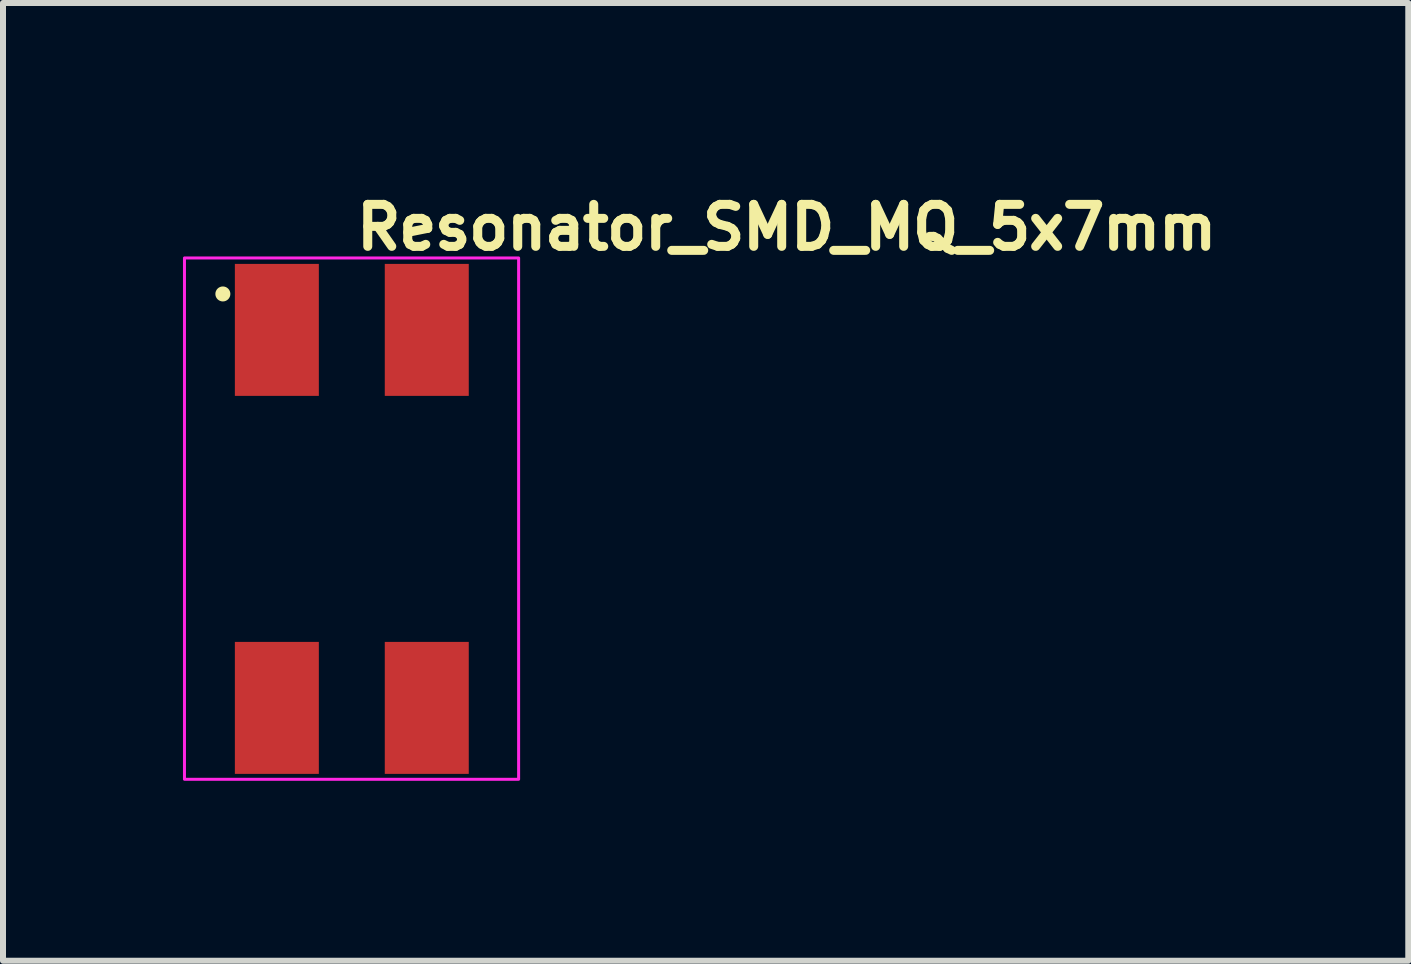
<source format=kicad_pcb>
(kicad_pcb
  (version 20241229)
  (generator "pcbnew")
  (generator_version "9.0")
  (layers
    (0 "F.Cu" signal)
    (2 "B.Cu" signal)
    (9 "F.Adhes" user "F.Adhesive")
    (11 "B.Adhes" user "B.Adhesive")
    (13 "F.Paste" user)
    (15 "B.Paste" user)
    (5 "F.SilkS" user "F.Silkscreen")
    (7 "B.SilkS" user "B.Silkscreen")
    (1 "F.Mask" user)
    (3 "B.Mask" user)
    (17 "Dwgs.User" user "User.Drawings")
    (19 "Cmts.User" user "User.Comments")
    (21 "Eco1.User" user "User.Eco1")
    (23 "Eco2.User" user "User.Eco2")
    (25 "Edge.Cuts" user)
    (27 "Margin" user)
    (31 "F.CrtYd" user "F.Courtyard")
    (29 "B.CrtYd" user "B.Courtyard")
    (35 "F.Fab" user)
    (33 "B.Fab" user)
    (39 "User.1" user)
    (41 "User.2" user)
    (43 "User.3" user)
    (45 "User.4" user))
  (footprint "Resonator_SMD_MQ_5x7mm"
    (layer "F.Cu")
    (at 2.815 5.55)
    (property "Reference" "Resonator_SMD_MQ_5x7mm" (at 0 -4.4 0) (layer "F.SilkS") (effects (font (size 0.7 0.7) (thickness 0.15)) (justify left bottom)))
    (attr smd)
    (fp_circle (center -2.15 -3.7) (end -2.1 -3.7) (stroke (width 0.15) (type solid)) (fill yes) (layer "F.SilkS"))
    (fp_rect (start -2.79 -4.3) (end 2.78 4.39) (stroke (width 0.05) (type solid)) (fill no) (layer "F.CrtYd"))
    (fp_rect (start -2.541 -3.5) (end 2.539 3.499) (stroke (width 0.1) (type solid)) (fill no) (layer "User.5"))
    (fp_line (start -2.54 -3.351) (end -2.54 -2.851) (stroke (width 0.02) (type solid)) (layer "User.9"))
    (fp_line (start -2.54 -2.851) (end -2.52 -2.851) (stroke (width 0.02) (type solid)) (layer "User.9"))
    (fp_line (start -2.54 2.229) (end -2.54 -2.23) (stroke (width 0.02) (type solid)) (layer "User.9"))
    (fp_line (start -2.54 2.229) (end -2.525 2.229) (stroke (width 0.02) (type solid)) (layer "User.9"))
    (fp_line (start -2.54 3.35) (end -2.54 2.85) (stroke (width 0.02) (type solid)) (layer "User.9"))
    (fp_line (start -2.54 3.35) (end -2.533 3.35) (stroke (width 0.02) (type solid)) (layer "User.9"))
    (fp_line (start -2.533 -3.351) (end -2.54 -3.351) (stroke (width 0.02) (type solid)) (layer "User.9"))
    (fp_line (start -2.533 3.35) (end -2.525 3.35) (stroke (width 0.02) (type solid)) (layer "User.9"))
    (fp_line (start -2.531 -2.831) (end -2.531 -2.851) (stroke (width 0.02) (type solid)) (layer "User.9"))
    (fp_line (start -2.531 -2.25) (end -2.531 -2.231) (stroke (width 0.02) (type solid)) (layer "User.9"))
    (fp_line (start -2.531 -2.25) (end -2.512 -2.251) (stroke (width 0.02) (type solid)) (layer "User.9"))
    (fp_line (start -2.531 -2.231) (end -2.54 -2.23) (stroke (width 0.02) (type solid)) (layer "User.9"))
    (fp_line (start -2.531 2.229) (end -2.531 2.249) (stroke (width 0.02) (type solid)) (layer "User.9"))
    (fp_line (start -2.531 2.249) (end -2.516 2.249) (stroke (width 0.02) (type solid)) (layer "User.9"))
    (fp_line (start -2.531 2.849) (end -2.531 2.83) (stroke (width 0.02) (type solid)) (layer "User.9"))
    (fp_line (start -2.525 -3.351) (end -2.533 -3.351) (stroke (width 0.02) (type solid)) (layer "User.9"))
    (fp_line (start -2.525 2.229) (end -2.509 2.23) (stroke (width 0.02) (type solid)) (layer "User.9"))
    (fp_line (start -2.525 2.849) (end -2.541 2.85) (stroke (width 0.02) (type solid)) (layer "User.9"))
    (fp_line (start -2.525 3.35) (end -2.519 3.35) (stroke (width 0.02) (type solid)) (layer "User.9"))
    (fp_line (start -2.521 -2.831) (end -2.531 -2.831) (stroke (width 0.02) (type solid)) (layer "User.9"))
    (fp_line (start -2.52 -2.851) (end -2.5 -2.848) (stroke (width 0.02) (type solid)) (layer "User.9"))
    (fp_line (start -2.52 -2.231) (end -2.531 -2.231) (stroke (width 0.02) (type solid)) (layer "User.9"))
    (fp_line (start -2.519 -3.352) (end -2.525 -3.351) (stroke (width 0.02) (type solid)) (layer "User.9"))
    (fp_line (start -2.519 3.35) (end -2.511 3.353) (stroke (width 0.02) (type solid)) (layer "User.9"))
    (fp_line (start -2.516 2.249) (end -2.501 2.25) (stroke (width 0.02) (type solid)) (layer "User.9"))
    (fp_line (start -2.516 2.829) (end -2.532 2.83) (stroke (width 0.02) (type solid)) (layer "User.9"))
    (fp_line (start -2.512 -2.831) (end -2.521 -2.831) (stroke (width 0.02) (type solid)) (layer "User.9"))
    (fp_line (start -2.512 -2.251) (end -2.492 -2.254) (stroke (width 0.02) (type solid)) (layer "User.9"))
    (fp_line (start -2.511 -3.355) (end -2.519 -3.352) (stroke (width 0.02) (type solid)) (layer "User.9"))
    (fp_line (start -2.511 -2.233) (end -2.52 -2.231) (stroke (width 0.02) (type solid)) (layer "User.9"))
    (fp_line (start -2.511 3.353) (end -2.504 3.354) (stroke (width 0.02) (type solid)) (layer "User.9"))
    (fp_line (start -2.509 2.23) (end -2.493 2.233) (stroke (width 0.02) (type solid)) (layer "User.9"))
    (fp_line (start -2.509 2.847) (end -2.525 2.849) (stroke (width 0.02) (type solid)) (layer "User.9"))
    (fp_line (start -2.504 -3.355) (end -2.511 -3.355) (stroke (width 0.02) (type solid)) (layer "User.9"))
    (fp_line (start -2.504 3.354) (end -2.496 3.355) (stroke (width 0.02) (type solid)) (layer "User.9"))
    (fp_line (start -2.503 -2.83) (end -2.512 -2.831) (stroke (width 0.02) (type solid)) (layer "User.9"))
    (fp_line (start -2.501 2.25) (end -2.487 2.253) (stroke (width 0.02) (type solid)) (layer "User.9"))
    (fp_line (start -2.501 2.827) (end -2.516 2.829) (stroke (width 0.02) (type solid)) (layer "User.9"))
    (fp_line (start -2.5 -2.848) (end -2.48 -2.844) (stroke (width 0.02) (type solid)) (layer "User.9"))
    (fp_line (start -2.5 -2.234) (end -2.511 -2.233) (stroke (width 0.02) (type solid)) (layer "User.9"))
    (fp_line (start -2.496 -3.358) (end -2.504 -3.355) (stroke (width 0.02) (type solid)) (layer "User.9"))
    (fp_line (start -2.496 3.355) (end -2.489 3.358) (stroke (width 0.02) (type solid)) (layer "User.9"))
    (fp_line (start -2.493 2.233) (end -2.479 2.236) (stroke (width 0.02) (type solid)) (layer "User.9"))
    (fp_line (start -2.493 2.846) (end -2.509 2.847) (stroke (width 0.02) (type solid)) (layer "User.9"))
    (fp_line (start -2.492 -2.828) (end -2.503 -2.83) (stroke (width 0.02) (type solid)) (layer "User.9"))
    (fp_line (start -2.492 -2.254) (end -2.473 -2.257) (stroke (width 0.02) (type solid)) (layer "User.9"))
    (fp_line (start -2.489 -3.36) (end -2.496 -3.358) (stroke (width 0.02) (type solid)) (layer "User.9"))
    (fp_line (start -2.489 -2.235) (end -2.5 -2.234) (stroke (width 0.02) (type solid)) (layer "User.9"))
    (fp_line (start -2.489 3.358) (end -2.483 3.361) (stroke (width 0.02) (type solid)) (layer "User.9"))
    (fp_line (start -2.487 2.253) (end -2.472 2.254) (stroke (width 0.02) (type solid)) (layer "User.9"))
    (fp_line (start -2.487 2.826) (end -2.501 2.827) (stroke (width 0.02) (type solid)) (layer "User.9"))
    (fp_line (start -2.484 -2.827) (end -2.492 -2.828) (stroke (width 0.02) (type solid)) (layer "User.9"))
    (fp_line (start -2.483 -3.363) (end -2.489 -3.36) (stroke (width 0.02) (type solid)) (layer "User.9"))
    (fp_line (start -2.483 3.361) (end -2.476 3.363) (stroke (width 0.02) (type solid)) (layer "User.9"))
    (fp_line (start -2.48 -2.844) (end -2.46 -2.84) (stroke (width 0.02) (type solid)) (layer "User.9"))
    (fp_line (start -2.48 -2.238) (end -2.489 -2.235) (stroke (width 0.02) (type solid)) (layer "User.9"))
    (fp_line (start -2.479 2.236) (end -2.464 2.238) (stroke (width 0.02) (type solid)) (layer "User.9"))
    (fp_line (start -2.479 2.842) (end -2.493 2.846) (stroke (width 0.02) (type solid)) (layer "User.9"))
    (fp_line (start -2.476 -3.366) (end -2.483 -3.363) (stroke (width 0.02) (type solid)) (layer "User.9"))
    (fp_line (start -2.476 3.363) (end -2.469 3.367) (stroke (width 0.02) (type solid)) (layer "User.9"))
    (fp_line (start -2.473 -2.826) (end -2.484 -2.827) (stroke (width 0.02) (type solid)) (layer "User.9"))
    (fp_line (start -2.473 -2.257) (end -2.456 -2.262) (stroke (width 0.02) (type solid)) (layer "User.9"))
    (fp_line (start -2.472 2.254) (end -2.459 2.258) (stroke (width 0.02) (type solid)) (layer "User.9"))
    (fp_line (start -2.472 2.823) (end -2.487 2.826) (stroke (width 0.02) (type solid)) (layer "User.9"))
    (fp_line (start -2.469 -3.37) (end -2.476 -3.366) (stroke (width 0.02) (type solid)) (layer "User.9"))
    (fp_line (start -2.469 -2.239) (end -2.48 -2.238) (stroke (width 0.02) (type solid)) (layer "User.9"))
    (fp_line (start -2.469 3.367) (end -2.464 3.37) (stroke (width 0.02) (type solid)) (layer "User.9"))
    (fp_line (start -2.464 -3.372) (end -2.469 -3.37) (stroke (width 0.02) (type solid)) (layer "User.9"))
    (fp_line (start -2.464 -2.823) (end -2.473 -2.826) (stroke (width 0.02) (type solid)) (layer "User.9"))
    (fp_line (start -2.464 2.238) (end -2.448 2.242) (stroke (width 0.02) (type solid)) (layer "User.9"))
    (fp_line (start -2.464 2.839) (end -2.479 2.842) (stroke (width 0.02) (type solid)) (layer "User.9"))
    (fp_line (start -2.464 3.37) (end -2.457 3.374) (stroke (width 0.02) (type solid)) (layer "User.9"))
    (fp_line (start -2.46 -2.84) (end -2.44 -2.835) (stroke (width 0.02) (type solid)) (layer "User.9"))
    (fp_line (start -2.46 -2.242) (end -2.469 -2.239) (stroke (width 0.02) (type solid)) (layer "User.9"))
    (fp_line (start -2.459 2.258) (end -2.444 2.262) (stroke (width 0.02) (type solid)) (layer "User.9"))
    (fp_line (start -2.459 2.819) (end -2.472 2.823) (stroke (width 0.02) (type solid)) (layer "User.9"))
    (fp_line (start -2.457 -3.376) (end -2.464 -3.372) (stroke (width 0.02) (type solid)) (layer "User.9"))
    (fp_line (start -2.457 3.374) (end -2.452 3.378) (stroke (width 0.02) (type solid)) (layer "User.9"))
    (fp_line (start -2.456 -2.82) (end -2.464 -2.823) (stroke (width 0.02) (type solid)) (layer "User.9"))
    (fp_line (start -2.456 -2.262) (end -2.437 -2.266) (stroke (width 0.02) (type solid)) (layer "User.9"))
    (fp_line (start -2.452 -3.38) (end -2.457 -3.376) (stroke (width 0.02) (type solid)) (layer "User.9"))
    (fp_line (start -2.452 3.378) (end -2.445 3.383) (stroke (width 0.02) (type solid)) (layer "User.9"))
    (fp_line (start -2.451 -2.245) (end -2.46 -2.242) (stroke (width 0.02) (type solid)) (layer "User.9"))
    (fp_line (start -2.448 2.242) (end -2.435 2.248) (stroke (width 0.02) (type solid)) (layer "User.9"))
    (fp_line (start -2.448 2.835) (end -2.464 2.839) (stroke (width 0.02) (type solid)) (layer "User.9"))
    (fp_line (start -2.447 -2.819) (end -2.456 -2.82) (stroke (width 0.02) (type solid)) (layer "User.9"))
    (fp_line (start -2.445 -3.386) (end -2.452 -3.38) (stroke (width 0.02) (type solid)) (layer "User.9"))
    (fp_line (start -2.445 3.383) (end -2.44 3.387) (stroke (width 0.02) (type solid)) (layer "User.9"))
    (fp_line (start -2.444 2.262) (end -2.431 2.266) (stroke (width 0.02) (type solid)) (layer "User.9"))
    (fp_line (start -2.444 2.815) (end -2.459 2.819) (stroke (width 0.02) (type solid)) (layer "User.9"))
    (fp_line (start -2.44 -3.39) (end -2.445 -3.386) (stroke (width 0.02) (type solid)) (layer "User.9"))
    (fp_line (start -2.44 -2.835) (end -2.422 -2.827) (stroke (width 0.02) (type solid)) (layer "User.9"))
    (fp_line (start -2.44 -2.247) (end -2.451 -2.245) (stroke (width 0.02) (type solid)) (layer "User.9"))
    (fp_line (start -2.44 3.387) (end -2.435 3.392) (stroke (width 0.02) (type solid)) (layer "User.9"))
    (fp_line (start -2.437 -2.815) (end -2.447 -2.819) (stroke (width 0.02) (type solid)) (layer "User.9"))
    (fp_line (start -2.437 -2.266) (end -2.419 -2.274) (stroke (width 0.02) (type solid)) (layer "User.9"))
    (fp_line (start -2.435 -3.395) (end -2.44 -3.39) (stroke (width 0.02) (type solid)) (layer "User.9"))
    (fp_line (start -2.435 2.248) (end -2.42 2.253) (stroke (width 0.02) (type solid)) (layer "User.9"))
    (fp_line (start -2.435 2.83) (end -2.448 2.835) (stroke (width 0.02) (type solid)) (layer "User.9"))
    (fp_line (start -2.435 3.392) (end -2.43 3.398) (stroke (width 0.02) (type solid)) (layer "User.9"))
    (fp_line (start -2.431 -2.251) (end -2.44 -2.247) (stroke (width 0.02) (type solid)) (layer "User.9"))
    (fp_line (start -2.431 2.266) (end -2.419 2.271) (stroke (width 0.02) (type solid)) (layer "User.9"))
    (fp_line (start -2.431 2.812) (end -2.444 2.815) (stroke (width 0.02) (type solid)) (layer "User.9"))
    (fp_line (start -2.43 -3.4) (end -2.435 -3.395) (stroke (width 0.02) (type solid)) (layer "User.9"))
    (fp_line (start -2.43 3.398) (end -2.426 3.403) (stroke (width 0.02) (type solid)) (layer "User.9"))
    (fp_line (start -2.428 -2.813) (end -2.437 -2.815) (stroke (width 0.02) (type solid)) (layer "User.9"))
    (fp_line (start -2.426 -3.406) (end -2.43 -3.4) (stroke (width 0.02) (type solid)) (layer "User.9"))
    (fp_line (start -2.426 3.403) (end -2.42 3.41) (stroke (width 0.02) (type solid)) (layer "User.9"))
    (fp_line (start -2.422 -2.827) (end -2.403 -2.819) (stroke (width 0.02) (type solid)) (layer "User.9"))
    (fp_line (start -2.422 -2.254) (end -2.431 -2.251) (stroke (width 0.02) (type solid)) (layer "User.9"))
    (fp_line (start -2.42 -3.411) (end -2.426 -3.406) (stroke (width 0.02) (type solid)) (layer "User.9"))
    (fp_line (start -2.42 2.253) (end -2.407 2.259) (stroke (width 0.02) (type solid)) (layer "User.9"))
    (fp_line (start -2.42 2.825) (end -2.435 2.83) (stroke (width 0.02) (type solid)) (layer "User.9"))
    (fp_line (start -2.42 3.41) (end -2.416 3.415) (stroke (width 0.02) (type solid)) (layer "User.9"))
    (fp_line (start -2.419 -2.809) (end -2.428 -2.813) (stroke (width 0.02) (type solid)) (layer "User.9"))
    (fp_line (start -2.419 -2.274) (end -2.403 -2.281) (stroke (width 0.02) (type solid)) (layer "User.9"))
    (fp_line (start -2.419 2.271) (end -2.406 2.277) (stroke (width 0.02) (type solid)) (layer "User.9"))
    (fp_line (start -2.419 2.806) (end -2.431 2.812) (stroke (width 0.02) (type solid)) (layer "User.9"))
    (fp_line (start -2.416 -3.418) (end -2.42 -3.411) (stroke (width 0.02) (type solid)) (layer "User.9"))
    (fp_line (start -2.416 3.415) (end -2.412 3.422) (stroke (width 0.02) (type solid)) (layer "User.9"))
    (fp_line (start -2.412 -3.423) (end -2.416 -3.418) (stroke (width 0.02) (type solid)) (layer "User.9"))
    (fp_line (start -2.412 -2.258) (end -2.422 -2.254) (stroke (width 0.02) (type solid)) (layer "User.9"))
    (fp_line (start -2.412 3.422) (end -2.41 3.427) (stroke (width 0.02) (type solid)) (layer "User.9"))
    (fp_line (start -2.411 -2.806) (end -2.419 -2.809) (stroke (width 0.02) (type solid)) (layer "User.9"))
    (fp_line (start -2.41 -3.43) (end -2.412 -3.423) (stroke (width 0.02) (type solid)) (layer "User.9"))
    (fp_line (start -2.41 3.427) (end -2.406 3.434) (stroke (width 0.02) (type solid)) (layer "User.9"))
    (fp_line (start -2.407 2.259) (end -2.394 2.266) (stroke (width 0.02) (type solid)) (layer "User.9"))
    (fp_line (start -2.407 2.818) (end -2.42 2.825) (stroke (width 0.02) (type solid)) (layer "User.9"))
    (fp_line (start -2.406 -3.435) (end -2.41 -3.43) (stroke (width 0.02) (type solid)) (layer "User.9"))
    (fp_line (start -2.406 2.277) (end -2.392 2.285) (stroke (width 0.02) (type solid)) (layer "User.9"))
    (fp_line (start -2.406 2.801) (end -2.419 2.806) (stroke (width 0.02) (type solid)) (layer "User.9"))
    (fp_line (start -2.406 3.434) (end -2.403 3.44) (stroke (width 0.02) (type solid)) (layer "User.9"))
    (fp_line (start -2.403 -3.443) (end -2.406 -3.435) (stroke (width 0.02) (type solid)) (layer "User.9"))
    (fp_line (start -2.403 -2.819) (end -2.386 -2.81) (stroke (width 0.02) (type solid)) (layer "User.9"))
    (fp_line (start -2.403 -2.802) (end -2.411 -2.806) (stroke (width 0.02) (type solid)) (layer "User.9"))
    (fp_line (start -2.403 -2.281) (end -2.386 -2.29) (stroke (width 0.02) (type solid)) (layer "User.9"))
    (fp_line (start -2.403 -2.263) (end -2.412 -2.258) (stroke (width 0.02) (type solid)) (layer "User.9"))
    (fp_line (start -2.403 3.44) (end -2.4 3.447) (stroke (width 0.02) (type solid)) (layer "User.9"))
    (fp_line (start -2.4 -3.45) (end -2.403 -3.443) (stroke (width 0.02) (type solid)) (layer "User.9"))
    (fp_line (start -2.4 3.447) (end -2.398 3.454) (stroke (width 0.02) (type solid)) (layer "User.9"))
    (fp_line (start -2.398 -3.456) (end -2.4 -3.45) (stroke (width 0.02) (type solid)) (layer "User.9"))
    (fp_line (start -2.398 3.454) (end -2.395 3.462) (stroke (width 0.02) (type solid)) (layer "User.9"))
    (fp_line (start -2.395 -3.471) (end -2.395 -3.464) (stroke (width 0.02) (type solid)) (layer "User.9"))
    (fp_line (start -2.395 -3.464) (end -2.398 -3.456) (stroke (width 0.02) (type solid)) (layer "User.9"))
    (fp_line (start -2.395 -2.797) (end -2.403 -2.802) (stroke (width 0.02) (type solid)) (layer "User.9"))
    (fp_line (start -2.395 -2.267) (end -2.403 -2.263) (stroke (width 0.02) (type solid)) (layer "User.9"))
    (fp_line (start -2.395 3.462) (end -2.395 3.468) (stroke (width 0.02) (type solid)) (layer "User.9"))
    (fp_line (start -2.395 3.468) (end -2.392 3.476) (stroke (width 0.02) (type solid)) (layer "User.9"))
    (fp_line (start -2.394 2.266) (end -2.38 2.273) (stroke (width 0.02) (type solid)) (layer "User.9"))
    (fp_line (start -2.394 2.812) (end -2.407 2.818) (stroke (width 0.02) (type solid)) (layer "User.9"))
    (fp_line (start -2.392 -3.479) (end -2.395 -3.471) (stroke (width 0.02) (type solid)) (layer "User.9"))
    (fp_line (start -2.392 2.285) (end -2.38 2.291) (stroke (width 0.02) (type solid)) (layer "User.9"))
    (fp_line (start -2.392 2.793) (end -2.406 2.801) (stroke (width 0.02) (type solid)) (layer "User.9"))
    (fp_line (start -2.392 3.476) (end -2.391 3.483) (stroke (width 0.02) (type solid)) (layer "User.9"))
    (fp_line (start -2.391 -3.5) (end -2.391 -3.493) (stroke (width 0.02) (type solid)) (layer "User.9"))
    (fp_line (start -2.391 -3.5) (end -2.13 -3.5) (stroke (width 0.02) (type solid)) (layer "User.9"))
    (fp_line (start -2.391 -3.493) (end -2.391 -3.485) (stroke (width 0.02) (type solid)) (layer "User.9"))
    (fp_line (start -2.391 -3.485) (end -2.392 -3.479) (stroke (width 0.02) (type solid)) (layer "User.9"))
    (fp_line (start -2.391 3.483) (end -2.391 3.491) (stroke (width 0.02) (type solid)) (layer "User.9"))
    (fp_line (start -2.391 3.491) (end -2.391 3.499) (stroke (width 0.02) (type solid)) (layer "User.9"))
    (fp_line (start -2.391 3.499) (end -2.13 3.499) (stroke (width 0.02) (type solid)) (layer "User.9"))
    (fp_line (start -2.386 -2.81) (end -2.368 -2.798) (stroke (width 0.02) (type solid)) (layer "User.9"))
    (fp_line (start -2.386 -2.793) (end -2.395 -2.797) (stroke (width 0.02) (type solid)) (layer "User.9"))
    (fp_line (start -2.386 -2.29) (end -2.371 -2.299) (stroke (width 0.02) (type solid)) (layer "User.9"))
    (fp_line (start -2.386 -2.273) (end -2.395 -2.267) (stroke (width 0.02) (type solid)) (layer "User.9"))
    (fp_line (start -2.38 2.273) (end -2.367 2.282) (stroke (width 0.02) (type solid)) (layer "User.9"))
    (fp_line (start -2.38 2.291) (end -2.368 2.298) (stroke (width 0.02) (type solid)) (layer "User.9"))
    (fp_line (start -2.38 2.786) (end -2.392 2.793) (stroke (width 0.02) (type solid)) (layer "User.9"))
    (fp_line (start -2.38 2.805) (end -2.394 2.812) (stroke (width 0.02) (type solid)) (layer "User.9"))
    (fp_line (start -2.378 -2.787) (end -2.386 -2.793) (stroke (width 0.02) (type solid)) (layer "User.9"))
    (fp_line (start -2.378 -2.278) (end -2.386 -2.273) (stroke (width 0.02) (type solid)) (layer "User.9"))
    (fp_line (start -2.371 -2.782) (end -2.378 -2.787) (stroke (width 0.02) (type solid)) (layer "User.9"))
    (fp_line (start -2.371 -2.299) (end -2.355 -2.311) (stroke (width 0.02) (type solid)) (layer "User.9"))
    (fp_line (start -2.368 -2.798) (end -2.352 -2.787) (stroke (width 0.02) (type solid)) (layer "User.9"))
    (fp_line (start -2.368 -2.283) (end -2.378 -2.278) (stroke (width 0.02) (type solid)) (layer "User.9"))
    (fp_line (start -2.368 2.298) (end -2.358 2.306) (stroke (width 0.02) (type solid)) (layer "User.9"))
    (fp_line (start -2.368 2.779) (end -2.38 2.786) (stroke (width 0.02) (type solid)) (layer "User.9"))
    (fp_line (start -2.367 2.282) (end -2.355 2.29) (stroke (width 0.02) (type solid)) (layer "User.9"))
    (fp_line (start -2.367 2.795) (end -2.38 2.805) (stroke (width 0.02) (type solid)) (layer "User.9"))
    (fp_line (start -2.363 -2.777) (end -2.371 -2.782) (stroke (width 0.02) (type solid)) (layer "User.9"))
    (fp_line (start -2.36 -2.289) (end -2.368 -2.283) (stroke (width 0.02) (type solid)) (layer "User.9"))
    (fp_line (start -2.358 2.306) (end -2.347 2.315) (stroke (width 0.02) (type solid)) (layer "User.9"))
    (fp_line (start -2.358 2.771) (end -2.368 2.779) (stroke (width 0.02) (type solid)) (layer "User.9"))
    (fp_line (start -2.355 -2.771) (end -2.363 -2.777) (stroke (width 0.02) (type solid)) (layer "User.9"))
    (fp_line (start -2.355 -2.311) (end -2.34 -2.323) (stroke (width 0.02) (type solid)) (layer "User.9"))
    (fp_line (start -2.355 2.29) (end -2.343 2.3) (stroke (width 0.02) (type solid)) (layer "User.9"))
    (fp_line (start -2.355 2.787) (end -2.367 2.795) (stroke (width 0.02) (type solid)) (layer "User.9"))
    (fp_line (start -2.352 -2.787) (end -2.338 -2.774) (stroke (width 0.02) (type solid)) (layer "User.9"))
    (fp_line (start -2.352 -2.294) (end -2.36 -2.289) (stroke (width 0.02) (type solid)) (layer "User.9"))
    (fp_line (start -2.347 -2.766) (end -2.355 -2.771) (stroke (width 0.02) (type solid)) (layer "User.9"))
    (fp_line (start -2.347 2.315) (end -2.336 2.325) (stroke (width 0.02) (type solid)) (layer "User.9"))
    (fp_line (start -2.347 2.762) (end -2.358 2.771) (stroke (width 0.02) (type solid)) (layer "User.9"))
    (fp_line (start -2.344 -2.302) (end -2.352 -2.294) (stroke (width 0.02) (type solid)) (layer "User.9"))
    (fp_line (start -2.343 2.3) (end -2.332 2.31) (stroke (width 0.02) (type solid)) (layer "User.9"))
    (fp_line (start -2.343 2.778) (end -2.355 2.787) (stroke (width 0.02) (type solid)) (layer "User.9"))
    (fp_line (start -2.34 -2.759) (end -2.347 -2.766) (stroke (width 0.02) (type solid)) (layer "User.9"))
    (fp_line (start -2.34 -2.323) (end -2.327 -2.335) (stroke (width 0.02) (type solid)) (layer "User.9"))
    (fp_line (start -2.338 -2.774) (end -2.323 -2.761) (stroke (width 0.02) (type solid)) (layer "User.9"))
    (fp_line (start -2.338 -2.307) (end -2.344 -2.302) (stroke (width 0.02) (type solid)) (layer "User.9"))
    (fp_line (start -2.336 2.325) (end -2.327 2.334) (stroke (width 0.02) (type solid)) (layer "User.9"))
    (fp_line (start -2.336 2.753) (end -2.347 2.762) (stroke (width 0.02) (type solid)) (layer "User.9"))
    (fp_line (start -2.334 -2.754) (end -2.34 -2.759) (stroke (width 0.02) (type solid)) (layer "User.9"))
    (fp_line (start -2.332 2.31) (end -2.322 2.319) (stroke (width 0.02) (type solid)) (layer "User.9"))
    (fp_line (start -2.332 2.769) (end -2.343 2.778) (stroke (width 0.02) (type solid)) (layer "User.9"))
    (fp_line (start -2.33 -2.315) (end -2.338 -2.307) (stroke (width 0.02) (type solid)) (layer "User.9"))
    (fp_line (start -2.327 -2.746) (end -2.334 -2.754) (stroke (width 0.02) (type solid)) (layer "User.9"))
    (fp_line (start -2.327 -2.335) (end -2.314 -2.35) (stroke (width 0.02) (type solid)) (layer "User.9"))
    (fp_line (start -2.327 2.334) (end -2.316 2.345) (stroke (width 0.02) (type solid)) (layer "User.9"))
    (fp_line (start -2.327 2.745) (end -2.336 2.753) (stroke (width 0.02) (type solid)) (layer "User.9"))
    (fp_line (start -2.323 -2.761) (end -2.308 -2.746) (stroke (width 0.02) (type solid)) (layer "User.9"))
    (fp_line (start -2.323 -2.322) (end -2.33 -2.315) (stroke (width 0.02) (type solid)) (layer "User.9"))
    (fp_line (start -2.322 2.319) (end -2.311 2.33) (stroke (width 0.02) (type solid)) (layer "User.9"))
    (fp_line (start -2.322 2.758) (end -2.332 2.769) (stroke (width 0.02) (type solid)) (layer "User.9"))
    (fp_line (start -2.319 -2.739) (end -2.327 -2.746) (stroke (width 0.02) (type solid)) (layer "User.9"))
    (fp_line (start -2.316 2.345) (end -2.307 2.354) (stroke (width 0.02) (type solid)) (layer "User.9"))
    (fp_line (start -2.316 2.733) (end -2.327 2.745) (stroke (width 0.02) (type solid)) (layer "User.9"))
    (fp_line (start -2.315 -2.328) (end -2.323 -2.322) (stroke (width 0.02) (type solid)) (layer "User.9"))
    (fp_line (start -2.314 -2.733) (end -2.319 -2.739) (stroke (width 0.02) (type solid)) (layer "User.9"))
    (fp_line (start -2.314 -2.35) (end -2.302 -2.364) (stroke (width 0.02) (type solid)) (layer "User.9"))
    (fp_line (start -2.311 2.33) (end -2.302 2.342) (stroke (width 0.02) (type solid)) (layer "User.9"))
    (fp_line (start -2.311 2.748) (end -2.322 2.758) (stroke (width 0.02) (type solid)) (layer "User.9"))
    (fp_line (start -2.308 -2.746) (end -2.295 -2.73) (stroke (width 0.02) (type solid)) (layer "User.9"))
    (fp_line (start -2.308 -2.336) (end -2.315 -2.328) (stroke (width 0.02) (type solid)) (layer "User.9"))
    (fp_line (start -2.307 -2.726) (end -2.314 -2.733) (stroke (width 0.02) (type solid)) (layer "User.9"))
    (fp_line (start -2.307 2.354) (end -2.298 2.366) (stroke (width 0.02) (type solid)) (layer "User.9"))
    (fp_line (start -2.307 2.724) (end -2.316 2.733) (stroke (width 0.02) (type solid)) (layer "User.9"))
    (fp_line (start -2.302 -2.718) (end -2.307 -2.726) (stroke (width 0.02) (type solid)) (layer "User.9"))
    (fp_line (start -2.302 -2.364) (end -2.29 -2.379) (stroke (width 0.02) (type solid)) (layer "User.9"))
    (fp_line (start -2.302 -2.343) (end -2.308 -2.336) (stroke (width 0.02) (type solid)) (layer "User.9"))
    (fp_line (start -2.302 2.342) (end -2.293 2.354) (stroke (width 0.02) (type solid)) (layer "User.9"))
    (fp_line (start -2.302 2.737) (end -2.311 2.748) (stroke (width 0.02) (type solid)) (layer "User.9"))
    (fp_line (start -2.298 2.366) (end -2.29 2.376) (stroke (width 0.02) (type solid)) (layer "User.9"))
    (fp_line (start -2.298 2.713) (end -2.307 2.724) (stroke (width 0.02) (type solid)) (layer "User.9"))
    (fp_line (start -2.295 -2.73) (end -2.283 -2.714) (stroke (width 0.02) (type solid)) (layer "User.9"))
    (fp_line (start -2.295 -2.71) (end -2.302 -2.718) (stroke (width 0.02) (type solid)) (layer "User.9"))
    (fp_line (start -2.295 -2.351) (end -2.302 -2.343) (stroke (width 0.02) (type solid)) (layer "User.9"))
    (fp_line (start -2.293 2.354) (end -2.285 2.366) (stroke (width 0.02) (type solid)) (layer "User.9"))
    (fp_line (start -2.293 2.725) (end -2.302 2.737) (stroke (width 0.02) (type solid)) (layer "User.9"))
    (fp_line (start -2.29 -2.702) (end -2.295 -2.71) (stroke (width 0.02) (type solid)) (layer "User.9"))
    (fp_line (start -2.29 -2.379) (end -2.279 -2.395) (stroke (width 0.02) (type solid)) (layer "User.9"))
    (fp_line (start -2.29 -2.36) (end -2.295 -2.351) (stroke (width 0.02) (type solid)) (layer "User.9"))
    (fp_line (start -2.29 2.376) (end -2.283 2.388) (stroke (width 0.02) (type solid)) (layer "User.9"))
    (fp_line (start -2.29 2.701) (end -2.298 2.713) (stroke (width 0.02) (type solid)) (layer "User.9"))
    (fp_line (start -2.285 -2.694) (end -2.29 -2.702) (stroke (width 0.02) (type solid)) (layer "User.9"))
    (fp_line (start -2.285 2.366) (end -2.277 2.378) (stroke (width 0.02) (type solid)) (layer "User.9"))
    (fp_line (start -2.285 2.713) (end -2.293 2.725) (stroke (width 0.02) (type solid)) (layer "User.9"))
    (fp_line (start -2.283 -2.714) (end -2.273 -2.695) (stroke (width 0.02) (type solid)) (layer "User.9"))
    (fp_line (start -2.283 -2.368) (end -2.29 -2.36) (stroke (width 0.02) (type solid)) (layer "User.9"))
    (fp_line (start -2.283 2.388) (end -2.277 2.4) (stroke (width 0.02) (type solid)) (layer "User.9"))
    (fp_line (start -2.283 2.689) (end -2.29 2.701) (stroke (width 0.02) (type solid)) (layer "User.9"))
    (fp_line (start -2.279 -2.685) (end -2.285 -2.694) (stroke (width 0.02) (type solid)) (layer "User.9"))
    (fp_line (start -2.279 -2.685) (end -2.279 -2.685) (stroke (width 0.02) (type solid)) (layer "User.9"))
    (fp_line (start -2.279 -2.395) (end -2.279 -2.395) (stroke (width 0.02) (type solid)) (layer "User.9"))
    (fp_line (start -2.279 -2.395) (end -2.27 -2.414) (stroke (width 0.02) (type solid)) (layer "User.9"))
    (fp_line (start -2.278 -2.378) (end -2.283 -2.368) (stroke (width 0.02) (type solid)) (layer "User.9"))
    (fp_line (start -2.277 2.378) (end -2.269 2.391) (stroke (width 0.02) (type solid)) (layer "User.9"))
    (fp_line (start -2.277 2.4) (end -2.27 2.414) (stroke (width 0.02) (type solid)) (layer "User.9"))
    (fp_line (start -2.277 2.677) (end -2.283 2.689) (stroke (width 0.02) (type solid)) (layer "User.9"))
    (fp_line (start -2.277 2.7) (end -2.285 2.713) (stroke (width 0.02) (type solid)) (layer "User.9"))
    (fp_line (start -2.273 -2.695) (end -2.273 -2.695) (stroke (width 0.02) (type solid)) (layer "User.9"))
    (fp_line (start -2.273 -2.695) (end -2.262 -2.677) (stroke (width 0.02) (type solid)) (layer "User.9"))
    (fp_line (start -2.273 -2.386) (end -2.278 -2.378) (stroke (width 0.02) (type solid)) (layer "User.9"))
    (fp_line (start -2.273 -2.386) (end -2.273 -2.386) (stroke (width 0.02) (type solid)) (layer "User.9"))
    (fp_line (start -2.27 -2.669) (end -2.279 -2.685) (stroke (width 0.02) (type solid)) (layer "User.9"))
    (fp_line (start -2.27 -2.414) (end -2.262 -2.431) (stroke (width 0.02) (type solid)) (layer "User.9"))
    (fp_line (start -2.27 2.414) (end -2.263 2.426) (stroke (width 0.02) (type solid)) (layer "User.9"))
    (fp_line (start -2.27 2.664) (end -2.277 2.677) (stroke (width 0.02) (type solid)) (layer "User.9"))
    (fp_line (start -2.269 2.391) (end -2.262 2.404) (stroke (width 0.02) (type solid)) (layer "User.9"))
    (fp_line (start -2.269 2.687) (end -2.277 2.7) (stroke (width 0.02) (type solid)) (layer "User.9"))
    (fp_line (start -2.263 2.426) (end -2.258 2.439) (stroke (width 0.02) (type solid)) (layer "User.9"))
    (fp_line (start -2.263 2.652) (end -2.27 2.664) (stroke (width 0.02) (type solid)) (layer "User.9"))
    (fp_line (start -2.262 -2.677) (end -2.254 -2.66) (stroke (width 0.02) (type solid)) (layer "User.9"))
    (fp_line (start -2.262 -2.652) (end -2.27 -2.669) (stroke (width 0.02) (type solid)) (layer "User.9"))
    (fp_line (start -2.262 -2.431) (end -2.257 -2.448) (stroke (width 0.02) (type solid)) (layer "User.9"))
    (fp_line (start -2.262 -2.404) (end -2.273 -2.386) (stroke (width 0.02) (type solid)) (layer "User.9"))
    (fp_line (start -2.262 2.404) (end -2.255 2.418) (stroke (width 0.02) (type solid)) (layer "User.9"))
    (fp_line (start -2.262 2.673) (end -2.269 2.687) (stroke (width 0.02) (type solid)) (layer "User.9"))
    (fp_line (start -2.258 2.439) (end -2.254 2.452) (stroke (width 0.02) (type solid)) (layer "User.9"))
    (fp_line (start -2.258 2.638) (end -2.263 2.652) (stroke (width 0.02) (type solid)) (layer "User.9"))
    (fp_line (start -2.257 -2.633) (end -2.262 -2.652) (stroke (width 0.02) (type solid)) (layer "User.9"))
    (fp_line (start -2.257 -2.448) (end -2.25 -2.467) (stroke (width 0.02) (type solid)) (layer "User.9"))
    (fp_line (start -2.255 2.418) (end -2.25 2.432) (stroke (width 0.02) (type solid)) (layer "User.9"))
    (fp_line (start -2.255 2.66) (end -2.262 2.673) (stroke (width 0.02) (type solid)) (layer "User.9"))
    (fp_line (start -2.254 -2.66) (end -2.247 -2.64) (stroke (width 0.02) (type solid)) (layer "User.9"))
    (fp_line (start -2.254 -2.423) (end -2.262 -2.404) (stroke (width 0.02) (type solid)) (layer "User.9"))
    (fp_line (start -2.254 2.452) (end -2.25 2.467) (stroke (width 0.02) (type solid)) (layer "User.9"))
    (fp_line (start -2.254 2.625) (end -2.258 2.638) (stroke (width 0.02) (type solid)) (layer "User.9"))
    (fp_line (start -2.25 -2.616) (end -2.257 -2.633) (stroke (width 0.02) (type solid)) (layer "User.9"))
    (fp_line (start -2.25 -2.467) (end -2.246 -2.484) (stroke (width 0.02) (type solid)) (layer "User.9"))
    (fp_line (start -2.25 2.432) (end -2.246 2.447) (stroke (width 0.02) (type solid)) (layer "User.9"))
    (fp_line (start -2.25 2.467) (end -2.246 2.48) (stroke (width 0.02) (type solid)) (layer "User.9"))
    (fp_line (start -2.25 2.612) (end -2.254 2.625) (stroke (width 0.02) (type solid)) (layer "User.9"))
    (fp_line (start -2.25 2.645) (end -2.255 2.66) (stroke (width 0.02) (type solid)) (layer "User.9"))
    (fp_line (start -2.247 -2.64) (end -2.242 -2.621) (stroke (width 0.02) (type solid)) (layer "User.9"))
    (fp_line (start -2.247 -2.443) (end -2.254 -2.423) (stroke (width 0.02) (type solid)) (layer "User.9"))
    (fp_line (start -2.246 -2.597) (end -2.25 -2.616) (stroke (width 0.02) (type solid)) (layer "User.9"))
    (fp_line (start -2.246 -2.484) (end -2.243 -2.504) (stroke (width 0.02) (type solid)) (layer "User.9"))
    (fp_line (start -2.246 2.447) (end -2.241 2.462) (stroke (width 0.02) (type solid)) (layer "User.9"))
    (fp_line (start -2.246 2.48) (end -2.245 2.495) (stroke (width 0.02) (type solid)) (layer "User.9"))
    (fp_line (start -2.246 2.597) (end -2.25 2.612) (stroke (width 0.02) (type solid)) (layer "User.9"))
    (fp_line (start -2.246 2.632) (end -2.25 2.645) (stroke (width 0.02) (type solid)) (layer "User.9"))
    (fp_line (start -2.245 2.495) (end -2.242 2.509) (stroke (width 0.02) (type solid)) (layer "User.9"))
    (fp_line (start -2.245 2.584) (end -2.246 2.597) (stroke (width 0.02) (type solid)) (layer "User.9"))
    (fp_line (start -2.243 -2.578) (end -2.246 -2.597) (stroke (width 0.02) (type solid)) (layer "User.9"))
    (fp_line (start -2.243 -2.504) (end -2.242 -2.523) (stroke (width 0.02) (type solid)) (layer "User.9"))
    (fp_line (start -2.242 -2.621) (end -2.237 -2.601) (stroke (width 0.02) (type solid)) (layer "User.9"))
    (fp_line (start -2.242 -2.56) (end -2.243 -2.578) (stroke (width 0.02) (type solid)) (layer "User.9"))
    (fp_line (start -2.242 -2.54) (end -2.242 -2.56) (stroke (width 0.02) (type solid)) (layer "User.9"))
    (fp_line (start -2.242 -2.523) (end -2.242 -2.54) (stroke (width 0.02) (type solid)) (layer "User.9"))
    (fp_line (start -2.242 -2.461) (end -2.247 -2.443) (stroke (width 0.02) (type solid)) (layer "User.9"))
    (fp_line (start -2.242 2.509) (end -2.242 2.524) (stroke (width 0.02) (type solid)) (layer "User.9"))
    (fp_line (start -2.242 2.524) (end -2.242 2.539) (stroke (width 0.02) (type solid)) (layer "User.9"))
    (fp_line (start -2.242 2.539) (end -2.242 2.539) (stroke (width 0.02) (type solid)) (layer "User.9"))
    (fp_line (start -2.242 2.539) (end -2.242 2.554) (stroke (width 0.02) (type solid)) (layer "User.9"))
    (fp_line (start -2.242 2.554) (end -2.242 2.568) (stroke (width 0.02) (type solid)) (layer "User.9"))
    (fp_line (start -2.242 2.568) (end -2.245 2.584) (stroke (width 0.02) (type solid)) (layer "User.9"))
    (fp_line (start -2.241 2.462) (end -2.238 2.476) (stroke (width 0.02) (type solid)) (layer "User.9"))
    (fp_line (start -2.241 2.616) (end -2.246 2.632) (stroke (width 0.02) (type solid)) (layer "User.9"))
    (fp_line (start -2.238 2.476) (end -2.234 2.491) (stroke (width 0.02) (type solid)) (layer "User.9"))
    (fp_line (start -2.238 2.601) (end -2.241 2.616) (stroke (width 0.02) (type solid)) (layer "User.9"))
    (fp_line (start -2.237 -2.601) (end -2.234 -2.581) (stroke (width 0.02) (type solid)) (layer "User.9"))
    (fp_line (start -2.237 -2.481) (end -2.242 -2.461) (stroke (width 0.02) (type solid)) (layer "User.9"))
    (fp_line (start -2.234 -2.581) (end -2.231 -2.561) (stroke (width 0.02) (type solid)) (layer "User.9"))
    (fp_line (start -2.234 -2.5) (end -2.237 -2.481) (stroke (width 0.02) (type solid)) (layer "User.9"))
    (fp_line (start -2.234 2.491) (end -2.233 2.507) (stroke (width 0.02) (type solid)) (layer "User.9"))
    (fp_line (start -2.234 2.587) (end -2.238 2.601) (stroke (width 0.02) (type solid)) (layer "User.9"))
    (fp_line (start -2.233 2.507) (end -2.231 2.523) (stroke (width 0.02) (type solid)) (layer "User.9"))
    (fp_line (start -2.233 2.571) (end -2.234 2.587) (stroke (width 0.02) (type solid)) (layer "User.9"))
    (fp_line (start -2.231 -2.561) (end -2.23 -2.54) (stroke (width 0.02) (type solid)) (layer "User.9"))
    (fp_line (start -2.231 -2.52) (end -2.234 -2.5) (stroke (width 0.02) (type solid)) (layer "User.9"))
    (fp_line (start -2.231 2.523) (end -2.231 2.539) (stroke (width 0.02) (type solid)) (layer "User.9"))
    (fp_line (start -2.231 2.539) (end -2.231 2.539) (stroke (width 0.02) (type solid)) (layer "User.9"))
    (fp_line (start -2.231 2.539) (end -2.231 2.555) (stroke (width 0.02) (type solid)) (layer "User.9"))
    (fp_line (start -2.231 2.555) (end -2.233 2.571) (stroke (width 0.02) (type solid)) (layer "User.9"))
    (fp_line (start -2.23 -2.54) (end -2.231 -2.52) (stroke (width 0.02) (type solid)) (layer "User.9"))
    (fp_line (start -2.202 -2.851) (end -2.201 -2.863) (stroke (width 0.02) (type solid)) (layer "User.9"))
    (fp_line (start -2.201 -2.875) (end -2.199 -2.887) (stroke (width 0.02) (type solid)) (layer "User.9"))
    (fp_line (start -2.201 -2.863) (end -2.201 -2.875) (stroke (width 0.02) (type solid)) (layer "User.9"))
    (fp_line (start -2.201 2.861) (end -2.202 2.85) (stroke (width 0.02) (type solid)) (layer "User.9"))
    (fp_line (start -2.201 2.873) (end -2.201 2.861) (stroke (width 0.02) (type solid)) (layer "User.9"))
    (fp_line (start -2.199 -2.887) (end -2.198 -2.899) (stroke (width 0.02) (type solid)) (layer "User.9"))
    (fp_line (start -2.199 2.884) (end -2.201 2.873) (stroke (width 0.02) (type solid)) (layer "User.9"))
    (fp_line (start -2.198 -2.91) (end -2.197 -2.922) (stroke (width 0.02) (type solid)) (layer "User.9"))
    (fp_line (start -2.198 -2.899) (end -2.198 -2.91) (stroke (width 0.02) (type solid)) (layer "User.9"))
    (fp_line (start -2.198 2.896) (end -2.199 2.884) (stroke (width 0.02) (type solid)) (layer "User.9"))
    (fp_line (start -2.198 2.908) (end -2.198 2.896) (stroke (width 0.02) (type solid)) (layer "User.9"))
    (fp_line (start -2.197 -2.922) (end -2.194 -2.932) (stroke (width 0.02) (type solid)) (layer "User.9"))
    (fp_line (start -2.197 2.919) (end -2.198 2.908) (stroke (width 0.02) (type solid)) (layer "User.9"))
    (fp_line (start -2.194 -2.932) (end -2.193 -2.944) (stroke (width 0.02) (type solid)) (layer "User.9"))
    (fp_line (start -2.194 2.931) (end -2.197 2.919) (stroke (width 0.02) (type solid)) (layer "User.9"))
    (fp_line (start -2.193 -2.944) (end -2.19 -2.956) (stroke (width 0.02) (type solid)) (layer "User.9"))
    (fp_line (start -2.193 2.942) (end -2.194 2.931) (stroke (width 0.02) (type solid)) (layer "User.9"))
    (fp_line (start -2.19 -2.956) (end -2.187 -2.968) (stroke (width 0.02) (type solid)) (layer "User.9"))
    (fp_line (start -2.19 2.955) (end -2.193 2.942) (stroke (width 0.02) (type solid)) (layer "User.9"))
    (fp_line (start -2.187 -2.968) (end -2.185 -2.979) (stroke (width 0.02) (type solid)) (layer "User.9"))
    (fp_line (start -2.187 2.966) (end -2.19 2.955) (stroke (width 0.02) (type solid)) (layer "User.9"))
    (fp_line (start -2.185 -2.979) (end -2.182 -2.991) (stroke (width 0.02) (type solid)) (layer "User.9"))
    (fp_line (start -2.185 2.978) (end -2.187 2.966) (stroke (width 0.02) (type solid)) (layer "User.9"))
    (fp_line (start -2.182 -2.991) (end -2.178 -3.001) (stroke (width 0.02) (type solid)) (layer "User.9"))
    (fp_line (start -2.182 2.988) (end -2.185 2.978) (stroke (width 0.02) (type solid)) (layer "User.9"))
    (fp_line (start -2.178 -3.001) (end -2.174 -3.012) (stroke (width 0.02) (type solid)) (layer "User.9"))
    (fp_line (start -2.178 2.999) (end -2.182 2.988) (stroke (width 0.02) (type solid)) (layer "User.9"))
    (fp_line (start -2.174 -3.012) (end -2.17 -3.024) (stroke (width 0.02) (type solid)) (layer "User.9"))
    (fp_line (start -2.174 3.011) (end -2.178 2.999) (stroke (width 0.02) (type solid)) (layer "User.9"))
    (fp_line (start -2.17 -3.024) (end -2.165 -3.036) (stroke (width 0.02) (type solid)) (layer "User.9"))
    (fp_line (start -2.17 3.021) (end -2.174 3.011) (stroke (width 0.02) (type solid)) (layer "User.9"))
    (fp_line (start -2.165 -3.036) (end -2.165 -3.036) (stroke (width 0.02) (type solid)) (layer "User.9"))
    (fp_line (start -2.165 -3.036) (end -2.161 -3.047) (stroke (width 0.02) (type solid)) (layer "User.9"))
    (fp_line (start -2.165 3.033) (end -2.17 3.021) (stroke (width 0.02) (type solid)) (layer "User.9"))
    (fp_line (start -2.165 3.033) (end -2.165 3.033) (stroke (width 0.02) (type solid)) (layer "User.9"))
    (fp_line (start -2.161 -3.047) (end -2.156 -3.059) (stroke (width 0.02) (type solid)) (layer "User.9"))
    (fp_line (start -2.161 3.045) (end -2.165 3.033) (stroke (width 0.02) (type solid)) (layer "User.9"))
    (fp_line (start -2.156 -3.059) (end -2.15 -3.071) (stroke (width 0.02) (type solid)) (layer "User.9"))
    (fp_line (start -2.156 3.056) (end -2.161 3.045) (stroke (width 0.02) (type solid)) (layer "User.9"))
    (fp_line (start -2.15 -3.071) (end -2.145 -3.081) (stroke (width 0.02) (type solid)) (layer "User.9"))
    (fp_line (start -2.15 3.068) (end -2.156 3.056) (stroke (width 0.02) (type solid)) (layer "User.9"))
    (fp_line (start -2.145 -3.081) (end -2.138 -3.093) (stroke (width 0.02) (type solid)) (layer "User.9"))
    (fp_line (start -2.145 3.08) (end -2.15 3.068) (stroke (width 0.02) (type solid)) (layer "User.9"))
    (fp_line (start -2.138 -3.093) (end -2.133 -3.104) (stroke (width 0.02) (type solid)) (layer "User.9"))
    (fp_line (start -2.138 3.092) (end -2.145 3.08) (stroke (width 0.02) (type solid)) (layer "User.9"))
    (fp_line (start -2.133 -3.104) (end -2.125 -3.114) (stroke (width 0.02) (type solid)) (layer "User.9"))
    (fp_line (start -2.133 3.103) (end -2.138 3.092) (stroke (width 0.02) (type solid)) (layer "User.9"))
    (fp_line (start -2.125 -3.114) (end -2.118 -3.125) (stroke (width 0.02) (type solid)) (layer "User.9"))
    (fp_line (start -2.125 3.113) (end -2.133 3.103) (stroke (width 0.02) (type solid)) (layer "User.9"))
    (fp_line (start -2.118 -3.125) (end -2.112 -3.137) (stroke (width 0.02) (type solid)) (layer "User.9"))
    (fp_line (start -2.118 3.124) (end -2.125 3.113) (stroke (width 0.02) (type solid)) (layer "User.9"))
    (fp_line (start -2.112 -3.137) (end -2.105 -3.146) (stroke (width 0.02) (type solid)) (layer "User.9"))
    (fp_line (start -2.112 3.134) (end -2.118 3.124) (stroke (width 0.02) (type solid)) (layer "User.9"))
    (fp_line (start -2.105 -3.146) (end -2.097 -3.157) (stroke (width 0.02) (type solid)) (layer "User.9"))
    (fp_line (start -2.105 3.144) (end -2.112 3.134) (stroke (width 0.02) (type solid)) (layer "User.9"))
    (fp_line (start -2.097 -3.157) (end -2.089 -3.166) (stroke (width 0.02) (type solid)) (layer "User.9"))
    (fp_line (start -2.097 3.154) (end -2.105 3.144) (stroke (width 0.02) (type solid)) (layer "User.9"))
    (fp_line (start -2.089 -3.166) (end -2.081 -3.177) (stroke (width 0.02) (type solid)) (layer "User.9"))
    (fp_line (start -2.089 3.164) (end -2.097 3.154) (stroke (width 0.02) (type solid)) (layer "User.9"))
    (fp_line (start -2.081 -3.177) (end -2.073 -3.185) (stroke (width 0.02) (type solid)) (layer "User.9"))
    (fp_line (start -2.081 3.174) (end -2.089 3.164) (stroke (width 0.02) (type solid)) (layer "User.9"))
    (fp_line (start -2.073 -3.185) (end -2.064 -3.196) (stroke (width 0.02) (type solid)) (layer "User.9"))
    (fp_line (start -2.073 3.184) (end -2.081 3.174) (stroke (width 0.02) (type solid)) (layer "User.9"))
    (fp_line (start -2.064 -3.196) (end -2.054 -3.205) (stroke (width 0.02) (type solid)) (layer "User.9"))
    (fp_line (start -2.064 3.193) (end -2.073 3.184) (stroke (width 0.02) (type solid)) (layer "User.9"))
    (fp_line (start -2.054 -3.205) (end -2.054 -3.205) (stroke (width 0.02) (type solid)) (layer "User.9"))
    (fp_line (start -2.054 -3.205) (end -2.045 -3.214) (stroke (width 0.02) (type solid)) (layer "User.9"))
    (fp_line (start -2.054 3.202) (end -2.064 3.193) (stroke (width 0.02) (type solid)) (layer "User.9"))
    (fp_line (start -2.054 3.202) (end -2.054 3.202) (stroke (width 0.02) (type solid)) (layer "User.9"))
    (fp_line (start -2.045 -3.214) (end -2.036 -3.222) (stroke (width 0.02) (type solid)) (layer "User.9"))
    (fp_line (start -2.045 3.212) (end -2.054 3.202) (stroke (width 0.02) (type solid)) (layer "User.9"))
    (fp_line (start -2.036 -3.222) (end -2.027 -3.23) (stroke (width 0.02) (type solid)) (layer "User.9"))
    (fp_line (start -2.036 3.221) (end -2.045 3.212) (stroke (width 0.02) (type solid)) (layer "User.9"))
    (fp_line (start -2.027 -3.23) (end -2.016 -3.238) (stroke (width 0.02) (type solid)) (layer "User.9"))
    (fp_line (start -2.027 3.229) (end -2.036 3.221) (stroke (width 0.02) (type solid)) (layer "User.9"))
    (fp_line (start -2.016 -3.238) (end -2.007 -3.246) (stroke (width 0.02) (type solid)) (layer "User.9"))
    (fp_line (start -2.016 3.237) (end -2.027 3.229) (stroke (width 0.02) (type solid)) (layer "User.9"))
    (fp_line (start -2.007 -3.246) (end -1.996 -3.254) (stroke (width 0.02) (type solid)) (layer "User.9"))
    (fp_line (start -2.007 3.245) (end -2.016 3.237) (stroke (width 0.02) (type solid)) (layer "User.9"))
    (fp_line (start -2 -2.88) (end -2 -2.866) (stroke (width 0.02) (type solid)) (layer "User.9"))
    (fp_line (start -2 -2.866) (end -2 -2.851) (stroke (width 0.02) (type solid)) (layer "User.9"))
    (fp_line (start -2 -2.851) (end -2 2.85) (stroke (width 0.02) (type solid)) (layer "User.9"))
    (fp_line (start -2 2.85) (end -2 2.863) (stroke (width 0.02) (type solid)) (layer "User.9"))
    (fp_line (start -2 2.863) (end -2 2.878) (stroke (width 0.02) (type solid)) (layer "User.9"))
    (fp_line (start -2 2.878) (end -1.998 2.894) (stroke (width 0.02) (type solid)) (layer "User.9"))
    (fp_line (start -1.998 -2.895) (end -2 -2.88) (stroke (width 0.02) (type solid)) (layer "User.9"))
    (fp_line (start -1.998 2.894) (end -1.996 2.907) (stroke (width 0.02) (type solid)) (layer "User.9"))
    (fp_line (start -1.996 -3.254) (end -1.986 -3.262) (stroke (width 0.02) (type solid)) (layer "User.9"))
    (fp_line (start -1.996 -2.91) (end -1.998 -2.895) (stroke (width 0.02) (type solid)) (layer "User.9"))
    (fp_line (start -1.996 2.907) (end -1.992 2.922) (stroke (width 0.02) (type solid)) (layer "User.9"))
    (fp_line (start -1.996 3.253) (end -2.007 3.245) (stroke (width 0.02) (type solid)) (layer "User.9"))
    (fp_line (start -1.992 -2.924) (end -1.996 -2.91) (stroke (width 0.02) (type solid)) (layer "User.9"))
    (fp_line (start -1.992 2.922) (end -1.988 2.936) (stroke (width 0.02) (type solid)) (layer "User.9"))
    (fp_line (start -1.988 -2.939) (end -1.992 -2.924) (stroke (width 0.02) (type solid)) (layer "User.9"))
    (fp_line (start -1.988 2.936) (end -1.984 2.951) (stroke (width 0.02) (type solid)) (layer "User.9"))
    (fp_line (start -1.986 -3.262) (end -1.976 -3.269) (stroke (width 0.02) (type solid)) (layer "User.9"))
    (fp_line (start -1.986 3.259) (end -1.996 3.253) (stroke (width 0.02) (type solid)) (layer "User.9"))
    (fp_line (start -1.984 -2.952) (end -1.988 -2.939) (stroke (width 0.02) (type solid)) (layer "User.9"))
    (fp_line (start -1.984 2.951) (end -1.978 2.963) (stroke (width 0.02) (type solid)) (layer "User.9"))
    (fp_line (start -1.98 -3.371) (end -1.98 -3.351) (stroke (width 0.02) (type solid)) (layer "User.9"))
    (fp_line (start -1.98 -3.351) (end -2.13 -3.5) (stroke (width 0.02) (type solid)) (layer "User.9"))
    (fp_line (start -1.98 3.35) (end -2.13 3.499) (stroke (width 0.02) (type solid)) (layer "User.9"))
    (fp_line (start -1.98 3.35) (end -1.98 3.37) (stroke (width 0.02) (type solid)) (layer "User.9"))
    (fp_line (start -1.98 3.35) (end -1.702 3.35) (stroke (width 0.02) (type solid)) (layer "User.9"))
    (fp_line (start -1.98 3.35) (end -1.702 3.35) (stroke (width 0.02) (type solid)) (layer "User.9"))
    (fp_line (start -1.98 3.37) (end -0.88 3.37) (stroke (width 0.02) (type solid)) (layer "User.9"))
    (fp_line (start -1.978 -2.965) (end -1.984 -2.952) (stroke (width 0.02) (type solid)) (layer "User.9"))
    (fp_line (start -1.978 2.963) (end -1.972 2.978) (stroke (width 0.02) (type solid)) (layer "User.9"))
    (fp_line (start -1.976 -3.269) (end -1.966 -3.275) (stroke (width 0.02) (type solid)) (layer "User.9"))
    (fp_line (start -1.976 3.266) (end -1.986 3.259) (stroke (width 0.02) (type solid)) (layer "User.9"))
    (fp_line (start -1.972 -2.98) (end -1.978 -2.965) (stroke (width 0.02) (type solid)) (layer "User.9"))
    (fp_line (start -1.972 2.978) (end -1.966 2.991) (stroke (width 0.02) (type solid)) (layer "User.9"))
    (fp_line (start -1.966 -3.275) (end -1.954 -3.282) (stroke (width 0.02) (type solid)) (layer "User.9"))
    (fp_line (start -1.966 -2.992) (end -1.972 -2.98) (stroke (width 0.02) (type solid)) (layer "User.9"))
    (fp_line (start -1.966 2.991) (end -1.958 3.003) (stroke (width 0.02) (type solid)) (layer "User.9"))
    (fp_line (start -1.964 3.273) (end -1.976 3.266) (stroke (width 0.02) (type solid)) (layer "User.9"))
    (fp_line (start -1.958 -3.005) (end -1.966 -2.992) (stroke (width 0.02) (type solid)) (layer "User.9"))
    (fp_line (start -1.958 3.003) (end -1.95 3.015) (stroke (width 0.02) (type solid)) (layer "User.9"))
    (fp_line (start -1.954 -3.282) (end -1.944 -3.289) (stroke (width 0.02) (type solid)) (layer "User.9"))
    (fp_line (start -1.954 3.281) (end -1.964 3.273) (stroke (width 0.02) (type solid)) (layer "User.9"))
    (fp_line (start -1.95 -3.017) (end -1.958 -3.005) (stroke (width 0.02) (type solid)) (layer "User.9"))
    (fp_line (start -1.95 3.015) (end -1.942 3.027) (stroke (width 0.02) (type solid)) (layer "User.9"))
    (fp_line (start -1.944 -3.289) (end -1.932 -3.294) (stroke (width 0.02) (type solid)) (layer "User.9"))
    (fp_line (start -1.942 -3.029) (end -1.95 -3.017) (stroke (width 0.02) (type solid)) (layer "User.9"))
    (fp_line (start -1.942 3.027) (end -1.934 3.039) (stroke (width 0.02) (type solid)) (layer "User.9"))
    (fp_line (start -1.942 3.286) (end -1.954 3.281) (stroke (width 0.02) (type solid)) (layer "User.9"))
    (fp_line (start -1.934 -3.041) (end -1.942 -3.029) (stroke (width 0.02) (type solid)) (layer "User.9"))
    (fp_line (start -1.934 3.039) (end -1.924 3.051) (stroke (width 0.02) (type solid)) (layer "User.9"))
    (fp_line (start -1.932 -3.294) (end -1.92 -3.301) (stroke (width 0.02) (type solid)) (layer "User.9"))
    (fp_line (start -1.932 3.293) (end -1.942 3.286) (stroke (width 0.02) (type solid)) (layer "User.9"))
    (fp_line (start -1.924 -3.052) (end -1.934 -3.041) (stroke (width 0.02) (type solid)) (layer "User.9"))
    (fp_line (start -1.924 3.051) (end -1.913 3.061) (stroke (width 0.02) (type solid)) (layer "User.9"))
    (fp_line (start -1.92 -3.301) (end -1.909 -3.306) (stroke (width 0.02) (type solid)) (layer "User.9"))
    (fp_line (start -1.92 3.298) (end -1.932 3.293) (stroke (width 0.02) (type solid)) (layer "User.9"))
    (fp_line (start -1.913 -3.064) (end -1.924 -3.052) (stroke (width 0.02) (type solid)) (layer "User.9"))
    (fp_line (start -1.913 -3.064) (end -1.913 -3.064) (stroke (width 0.02) (type solid)) (layer "User.9"))
    (fp_line (start -1.913 3.061) (end -1.913 3.061) (stroke (width 0.02) (type solid)) (layer "User.9"))
    (fp_line (start -1.913 3.061) (end -1.903 3.072) (stroke (width 0.02) (type solid)) (layer "User.9"))
    (fp_line (start -1.909 -3.306) (end -1.897 -3.31) (stroke (width 0.02) (type solid)) (layer "User.9"))
    (fp_line (start -1.909 3.303) (end -1.92 3.298) (stroke (width 0.02) (type solid)) (layer "User.9"))
    (fp_line (start -1.903 -3.073) (end -1.913 -3.064) (stroke (width 0.02) (type solid)) (layer "User.9"))
    (fp_line (start -1.903 3.072) (end -1.891 3.081) (stroke (width 0.02) (type solid)) (layer "User.9"))
    (fp_line (start -1.901 -2.871) (end -1.901 -2.862) (stroke (width 0.02) (type solid)) (layer "User.9"))
    (fp_line (start -1.901 -2.862) (end -1.901 -2.851) (stroke (width 0.02) (type solid)) (layer "User.9"))
    (fp_line (start -1.899 -2.882) (end -1.901 -2.871) (stroke (width 0.02) (type solid)) (layer "User.9"))
    (fp_line (start -1.897 -3.31) (end -1.885 -3.315) (stroke (width 0.02) (type solid)) (layer "User.9"))
    (fp_line (start -1.897 -2.891) (end -1.899 -2.882) (stroke (width 0.02) (type solid)) (layer "User.9"))
    (fp_line (start -1.897 3.309) (end -1.909 3.303) (stroke (width 0.02) (type solid)) (layer "User.9"))
    (fp_line (start -1.895 -2.9) (end -1.897 -2.891) (stroke (width 0.02) (type solid)) (layer "User.9"))
    (fp_line (start -1.893 -2.91) (end -1.895 -2.9) (stroke (width 0.02) (type solid)) (layer "User.9"))
    (fp_line (start -1.891 -3.084) (end -1.903 -3.073) (stroke (width 0.02) (type solid)) (layer "User.9"))
    (fp_line (start -1.891 3.081) (end -1.879 3.091) (stroke (width 0.02) (type solid)) (layer "User.9"))
    (fp_line (start -1.889 -2.919) (end -1.893 -2.91) (stroke (width 0.02) (type solid)) (layer "User.9"))
    (fp_line (start -1.887 -2.928) (end -1.889 -2.919) (stroke (width 0.02) (type solid)) (layer "User.9"))
    (fp_line (start -1.885 -3.315) (end -1.885 -3.315) (stroke (width 0.02) (type solid)) (layer "User.9"))
    (fp_line (start -1.885 -3.315) (end -1.873 -3.321) (stroke (width 0.02) (type solid)) (layer "User.9"))
    (fp_line (start -1.885 3.313) (end -1.897 3.309) (stroke (width 0.02) (type solid)) (layer "User.9"))
    (fp_line (start -1.885 3.313) (end -1.885 3.313) (stroke (width 0.02) (type solid)) (layer "User.9"))
    (fp_line (start -1.883 -2.936) (end -1.887 -2.928) (stroke (width 0.02) (type solid)) (layer "User.9"))
    (fp_line (start -1.879 -3.093) (end -1.891 -3.084) (stroke (width 0.02) (type solid)) (layer "User.9"))
    (fp_line (start -1.879 -2.945) (end -1.883 -2.936) (stroke (width 0.02) (type solid)) (layer "User.9"))
    (fp_line (start -1.879 3.091) (end -1.867 3.099) (stroke (width 0.02) (type solid)) (layer "User.9"))
    (fp_line (start -1.873 -3.321) (end -1.863 -3.325) (stroke (width 0.02) (type solid)) (layer "User.9"))
    (fp_line (start -1.873 -2.953) (end -1.879 -2.945) (stroke (width 0.02) (type solid)) (layer "User.9"))
    (fp_line (start -1.873 3.318) (end -1.885 3.313) (stroke (width 0.02) (type solid)) (layer "User.9"))
    (fp_line (start -1.869 -2.961) (end -1.873 -2.953) (stroke (width 0.02) (type solid)) (layer "User.9"))
    (fp_line (start -1.867 -3.101) (end -1.879 -3.093) (stroke (width 0.02) (type solid)) (layer "User.9"))
    (fp_line (start -1.867 3.099) (end -1.855 3.107) (stroke (width 0.02) (type solid)) (layer "User.9"))
    (fp_line (start -1.863 -3.325) (end -1.851 -3.327) (stroke (width 0.02) (type solid)) (layer "User.9"))
    (fp_line (start -1.863 -2.969) (end -1.869 -2.961) (stroke (width 0.02) (type solid)) (layer "User.9"))
    (fp_line (start -1.863 3.322) (end -1.873 3.318) (stroke (width 0.02) (type solid)) (layer "User.9"))
    (fp_line (start -1.857 -2.977) (end -1.863 -2.969) (stroke (width 0.02) (type solid)) (layer "User.9"))
    (fp_line (start -1.855 -3.109) (end -1.867 -3.101) (stroke (width 0.02) (type solid)) (layer "User.9"))
    (fp_line (start -1.855 3.107) (end -1.843 3.113) (stroke (width 0.02) (type solid)) (layer "User.9"))
    (fp_line (start -1.851 -3.327) (end -1.841 -3.331) (stroke (width 0.02) (type solid)) (layer "User.9"))
    (fp_line (start -1.851 3.325) (end -1.863 3.322) (stroke (width 0.02) (type solid)) (layer "User.9"))
    (fp_line (start -1.849 -2.985) (end -1.857 -2.977) (stroke (width 0.02) (type solid)) (layer "User.9"))
    (fp_line (start -1.843 -3.116) (end -1.855 -3.109) (stroke (width 0.02) (type solid)) (layer "User.9"))
    (fp_line (start -1.843 -2.992) (end -1.849 -2.985) (stroke (width 0.02) (type solid)) (layer "User.9"))
    (fp_line (start -1.843 -2.992) (end -1.843 -2.992) (stroke (width 0.02) (type solid)) (layer "User.9"))
    (fp_line (start -1.843 3.113) (end -1.829 3.12) (stroke (width 0.02) (type solid)) (layer "User.9"))
    (fp_line (start -1.841 -3.331) (end -1.829 -3.335) (stroke (width 0.02) (type solid)) (layer "User.9"))
    (fp_line (start -1.841 3.33) (end -1.851 3.325) (stroke (width 0.02) (type solid)) (layer "User.9"))
    (fp_line (start -1.835 -3) (end -1.843 -2.992) (stroke (width 0.02) (type solid)) (layer "User.9"))
    (fp_line (start -1.829 -3.335) (end -1.817 -3.338) (stroke (width 0.02) (type solid)) (layer "User.9"))
    (fp_line (start -1.829 -3.122) (end -1.843 -3.116) (stroke (width 0.02) (type solid)) (layer "User.9"))
    (fp_line (start -1.829 3.12) (end -1.815 3.126) (stroke (width 0.02) (type solid)) (layer "User.9"))
    (fp_line (start -1.829 3.333) (end -1.841 3.33) (stroke (width 0.02) (type solid)) (layer "User.9"))
    (fp_line (start -1.827 -3.007) (end -1.835 -3) (stroke (width 0.02) (type solid)) (layer "User.9"))
    (fp_line (start -1.819 -3.012) (end -1.827 -3.007) (stroke (width 0.02) (type solid)) (layer "User.9"))
    (fp_line (start -1.817 -3.338) (end -1.807 -3.339) (stroke (width 0.02) (type solid)) (layer "User.9"))
    (fp_line (start -1.817 3.335) (end -1.829 3.333) (stroke (width 0.02) (type solid)) (layer "User.9"))
    (fp_line (start -1.815 -3.129) (end -1.829 -3.122) (stroke (width 0.02) (type solid)) (layer "User.9"))
    (fp_line (start -1.815 3.126) (end -1.803 3.132) (stroke (width 0.02) (type solid)) (layer "User.9"))
    (fp_line (start -1.811 -3.017) (end -1.819 -3.012) (stroke (width 0.02) (type solid)) (layer "User.9"))
    (fp_line (start -1.807 -3.339) (end -1.795 -3.343) (stroke (width 0.02) (type solid)) (layer "User.9"))
    (fp_line (start -1.805 3.338) (end -1.817 3.335) (stroke (width 0.02) (type solid)) (layer "User.9"))
    (fp_line (start -1.803 -3.133) (end -1.815 -3.129) (stroke (width 0.02) (type solid)) (layer "User.9"))
    (fp_line (start -1.803 -3.024) (end -1.811 -3.017) (stroke (width 0.02) (type solid)) (layer "User.9"))
    (fp_line (start -1.803 3.132) (end -1.788 3.136) (stroke (width 0.02) (type solid)) (layer "User.9"))
    (fp_line (start -1.795 -3.343) (end -1.784 -3.344) (stroke (width 0.02) (type solid)) (layer "User.9"))
    (fp_line (start -1.795 -3.028) (end -1.803 -3.024) (stroke (width 0.02) (type solid)) (layer "User.9"))
    (fp_line (start -1.795 3.341) (end -1.805 3.338) (stroke (width 0.02) (type solid)) (layer "User.9"))
    (fp_line (start -1.788 -3.138) (end -1.803 -3.133) (stroke (width 0.02) (type solid)) (layer "User.9"))
    (fp_line (start -1.788 3.136) (end -1.774 3.14) (stroke (width 0.02) (type solid)) (layer "User.9"))
    (fp_line (start -1.786 -3.032) (end -1.795 -3.028) (stroke (width 0.02) (type solid)) (layer "User.9"))
    (fp_line (start -1.784 -3.344) (end -1.772 -3.347) (stroke (width 0.02) (type solid)) (layer "User.9"))
    (fp_line (start -1.782 3.342) (end -1.795 3.341) (stroke (width 0.02) (type solid)) (layer "User.9"))
    (fp_line (start -1.778 -3.036) (end -1.786 -3.032) (stroke (width 0.02) (type solid)) (layer "User.9"))
    (fp_line (start -1.774 -3.141) (end -1.788 -3.138) (stroke (width 0.02) (type solid)) (layer "User.9"))
    (fp_line (start -1.774 3.14) (end -1.76 3.144) (stroke (width 0.02) (type solid)) (layer "User.9"))
    (fp_line (start -1.772 -3.347) (end -1.76 -3.347) (stroke (width 0.02) (type solid)) (layer "User.9"))
    (fp_line (start -1.772 3.345) (end -1.782 3.342) (stroke (width 0.02) (type solid)) (layer "User.9"))
    (fp_line (start -1.768 -3.04) (end -1.778 -3.036) (stroke (width 0.02) (type solid)) (layer "User.9"))
    (fp_line (start -1.76 -3.347) (end -1.748 -3.348) (stroke (width 0.02) (type solid)) (layer "User.9"))
    (fp_line (start -1.76 -3.145) (end -1.774 -3.141) (stroke (width 0.02) (type solid)) (layer "User.9"))
    (fp_line (start -1.76 -3.043) (end -1.768 -3.04) (stroke (width 0.02) (type solid)) (layer "User.9"))
    (fp_line (start -1.76 3.144) (end -1.746 3.145) (stroke (width 0.02) (type solid)) (layer "User.9"))
    (fp_line (start -1.76 3.346) (end -1.772 3.345) (stroke (width 0.02) (type solid)) (layer "User.9"))
    (fp_line (start -1.75 -3.045) (end -1.76 -3.043) (stroke (width 0.02) (type solid)) (layer "User.9"))
    (fp_line (start -1.748 -3.348) (end -1.736 -3.35) (stroke (width 0.02) (type solid)) (layer "User.9"))
    (fp_line (start -1.748 3.346) (end -1.76 3.346) (stroke (width 0.02) (type solid)) (layer "User.9"))
    (fp_line (start -1.746 -3.148) (end -1.76 -3.145) (stroke (width 0.02) (type solid)) (layer "User.9"))
    (fp_line (start -1.746 3.145) (end -1.73 3.148) (stroke (width 0.02) (type solid)) (layer "User.9"))
    (fp_line (start -1.74 -3.048) (end -1.75 -3.045) (stroke (width 0.02) (type solid)) (layer "User.9"))
    (fp_line (start -1.736 -3.35) (end -1.724 -3.351) (stroke (width 0.02) (type solid)) (layer "User.9"))
    (fp_line (start -1.736 3.347) (end -1.748 3.346) (stroke (width 0.02) (type solid)) (layer "User.9"))
    (fp_line (start -1.732 -3.048) (end -1.74 -3.048) (stroke (width 0.02) (type solid)) (layer "User.9"))
    (fp_line (start -1.73 -3.149) (end -1.746 -3.148) (stroke (width 0.02) (type solid)) (layer "User.9"))
    (fp_line (start -1.73 3.148) (end -1.716 3.148) (stroke (width 0.02) (type solid)) (layer "User.9"))
    (fp_line (start -1.724 -3.351) (end -1.712 -3.351) (stroke (width 0.02) (type solid)) (layer "User.9"))
    (fp_line (start -1.724 3.349) (end -1.736 3.347) (stroke (width 0.02) (type solid)) (layer "User.9"))
    (fp_line (start -1.722 -3.051) (end -1.732 -3.048) (stroke (width 0.02) (type solid)) (layer "User.9"))
    (fp_line (start -1.716 -3.15) (end -1.73 -3.149) (stroke (width 0.02) (type solid)) (layer "User.9"))
    (fp_line (start -1.716 3.148) (end -1.702 3.149) (stroke (width 0.02) (type solid)) (layer "User.9"))
    (fp_line (start -1.712 -3.351) (end -1.702 -3.351) (stroke (width 0.02) (type solid)) (layer "User.9"))
    (fp_line (start -1.712 -3.051) (end -1.722 -3.051) (stroke (width 0.02) (type solid)) (layer "User.9"))
    (fp_line (start -1.712 3.349) (end -1.724 3.349) (stroke (width 0.02) (type solid)) (layer "User.9"))
    (fp_line (start -1.702 -3.351) (end -1.98 -3.351) (stroke (width 0.02) (type solid)) (layer "User.9"))
    (fp_line (start -1.702 -3.351) (end -0.88 -3.351) (stroke (width 0.02) (type solid)) (layer "User.9"))
    (fp_line (start -1.702 -3.15) (end -1.716 -3.15) (stroke (width 0.02) (type solid)) (layer "User.9"))
    (fp_line (start -1.702 -3.051) (end -1.712 -3.051) (stroke (width 0.02) (type solid)) (layer "User.9"))
    (fp_line (start -1.702 3.149) (end 1.699 3.149) (stroke (width 0.02) (type solid)) (layer "User.9"))
    (fp_line (start -1.702 3.35) (end -1.712 3.349) (stroke (width 0.02) (type solid)) (layer "User.9"))
    (fp_line (start -0.88 -3.371) (end -1.98 -3.371) (stroke (width 0.02) (type solid)) (layer "User.9"))
    (fp_line (start -0.88 -3.351) (end -0.88 -3.371) (stroke (width 0.02) (type solid)) (layer "User.9"))
    (fp_line (start -0.88 3.35) (end -1.702 3.35) (stroke (width 0.02) (type solid)) (layer "User.9"))
    (fp_line (start -0.88 3.35) (end -0.73 3.499) (stroke (width 0.02) (type solid)) (layer "User.9"))
    (fp_line (start -0.88 3.37) (end -0.88 3.35) (stroke (width 0.02) (type solid)) (layer "User.9"))
    (fp_line (start -0.73 -3.5) (end -0.88 -3.351) (stroke (width 0.02) (type solid)) (layer "User.9"))
    (fp_line (start -0.73 3.499) (end 0.728 3.499) (stroke (width 0.02) (type solid)) (layer "User.9"))
    (fp_line (start 0.728 -3.5) (end -0.73 -3.5) (stroke (width 0.02) (type solid)) (layer "User.9"))
    (fp_line (start 0.728 3.499) (end 0.878 3.35) (stroke (width 0.02) (type solid)) (layer "User.9"))
    (fp_line (start 0.878 -3.371) (end 0.878 -3.351) (stroke (width 0.02) (type solid)) (layer "User.9"))
    (fp_line (start 0.878 -3.351) (end 0.728 -3.5) (stroke (width 0.02) (type solid)) (layer "User.9"))
    (fp_line (start 0.878 -3.351) (end 1.699 -3.351) (stroke (width 0.02) (type solid)) (layer "User.9"))
    (fp_line (start 0.878 3.35) (end 0.878 3.37) (stroke (width 0.02) (type solid)) (layer "User.9"))
    (fp_line (start 0.878 3.37) (end 1.979 3.37) (stroke (width 0.02) (type solid)) (layer "User.9"))
    (fp_line (start 1.34 2.474) (end 1.342 2.46) (stroke (width 0.02) (type solid)) (layer "User.9"))
    (fp_line (start 1.34 2.487) (end 1.34 2.474) (stroke (width 0.02) (type solid)) (layer "User.9"))
    (fp_line (start 1.34 2.499) (end 1.34 2.487) (stroke (width 0.02) (type solid)) (layer "User.9"))
    (fp_line (start 1.34 2.511) (end 1.34 2.499) (stroke (width 0.02) (type solid)) (layer "User.9"))
    (fp_line (start 1.34 2.524) (end 1.34 2.511) (stroke (width 0.02) (type solid)) (layer "User.9"))
    (fp_line (start 1.342 2.46) (end 1.346 2.447) (stroke (width 0.02) (type solid)) (layer "User.9"))
    (fp_line (start 1.342 2.537) (end 1.34 2.524) (stroke (width 0.02) (type solid)) (layer "User.9"))
    (fp_line (start 1.346 2.447) (end 1.35 2.435) (stroke (width 0.02) (type solid)) (layer "User.9"))
    (fp_line (start 1.346 2.551) (end 1.342 2.537) (stroke (width 0.02) (type solid)) (layer "User.9"))
    (fp_line (start 1.35 2.435) (end 1.354 2.422) (stroke (width 0.02) (type solid)) (layer "User.9"))
    (fp_line (start 1.35 2.563) (end 1.346 2.551) (stroke (width 0.02) (type solid)) (layer "User.9"))
    (fp_line (start 1.354 2.422) (end 1.36 2.41) (stroke (width 0.02) (type solid)) (layer "User.9"))
    (fp_line (start 1.354 2.576) (end 1.35 2.563) (stroke (width 0.02) (type solid)) (layer "User.9"))
    (fp_line (start 1.36 2.41) (end 1.366 2.399) (stroke (width 0.02) (type solid)) (layer "User.9"))
    (fp_line (start 1.36 2.588) (end 1.354 2.576) (stroke (width 0.02) (type solid)) (layer "User.9"))
    (fp_line (start 1.366 2.399) (end 1.366 2.399) (stroke (width 0.02) (type solid)) (layer "User.9"))
    (fp_line (start 1.366 2.399) (end 1.37 2.394) (stroke (width 0.02) (type solid)) (layer "User.9"))
    (fp_line (start 1.366 2.6) (end 1.36 2.588) (stroke (width 0.02) (type solid)) (layer "User.9"))
    (fp_line (start 1.366 2.6) (end 1.366 2.6) (stroke (width 0.02) (type solid)) (layer "User.9"))
    (fp_line (start 1.37 2.394) (end 1.372 2.387) (stroke (width 0.02) (type solid)) (layer "User.9"))
    (fp_line (start 1.372 2.387) (end 1.375 2.382) (stroke (width 0.02) (type solid)) (layer "User.9"))
    (fp_line (start 1.372 2.611) (end 1.366 2.6) (stroke (width 0.02) (type solid)) (layer "User.9"))
    (fp_line (start 1.375 2.382) (end 1.379 2.376) (stroke (width 0.02) (type solid)) (layer "User.9"))
    (fp_line (start 1.379 2.376) (end 1.383 2.371) (stroke (width 0.02) (type solid)) (layer "User.9"))
    (fp_line (start 1.379 2.621) (end 1.372 2.611) (stroke (width 0.02) (type solid)) (layer "User.9"))
    (fp_line (start 1.383 2.371) (end 1.387 2.366) (stroke (width 0.02) (type solid)) (layer "User.9"))
    (fp_line (start 1.387 2.366) (end 1.393 2.362) (stroke (width 0.02) (type solid)) (layer "User.9"))
    (fp_line (start 1.387 2.632) (end 1.379 2.621) (stroke (width 0.02) (type solid)) (layer "User.9"))
    (fp_line (start 1.393 2.362) (end 1.397 2.358) (stroke (width 0.02) (type solid)) (layer "User.9"))
    (fp_line (start 1.397 2.358) (end 1.401 2.353) (stroke (width 0.02) (type solid)) (layer "User.9"))
    (fp_line (start 1.397 2.64) (end 1.387 2.632) (stroke (width 0.02) (type solid)) (layer "User.9"))
    (fp_line (start 1.401 2.353) (end 1.407 2.349) (stroke (width 0.02) (type solid)) (layer "User.9"))
    (fp_line (start 1.407 2.349) (end 1.413 2.345) (stroke (width 0.02) (type solid)) (layer "User.9"))
    (fp_line (start 1.407 2.649) (end 1.397 2.64) (stroke (width 0.02) (type solid)) (layer "User.9"))
    (fp_line (start 1.413 2.345) (end 1.417 2.341) (stroke (width 0.02) (type solid)) (layer "User.9"))
    (fp_line (start 1.417 2.341) (end 1.423 2.337) (stroke (width 0.02) (type solid)) (layer "User.9"))
    (fp_line (start 1.417 2.657) (end 1.407 2.649) (stroke (width 0.02) (type solid)) (layer "User.9"))
    (fp_line (start 1.423 2.337) (end 1.429 2.333) (stroke (width 0.02) (type solid)) (layer "User.9"))
    (fp_line (start 1.429 2.333) (end 1.433 2.33) (stroke (width 0.02) (type solid)) (layer "User.9"))
    (fp_line (start 1.429 2.665) (end 1.417 2.657) (stroke (width 0.02) (type solid)) (layer "User.9"))
    (fp_line (start 1.433 2.33) (end 1.439 2.326) (stroke (width 0.02) (type solid)) (layer "User.9"))
    (fp_line (start 1.439 2.326) (end 1.445 2.322) (stroke (width 0.02) (type solid)) (layer "User.9"))
    (fp_line (start 1.439 2.672) (end 1.429 2.665) (stroke (width 0.02) (type solid)) (layer "User.9"))
    (fp_line (start 1.445 2.322) (end 1.451 2.319) (stroke (width 0.02) (type solid)) (layer "User.9"))
    (fp_line (start 1.451 2.319) (end 1.457 2.317) (stroke (width 0.02) (type solid)) (layer "User.9"))
    (fp_line (start 1.451 2.678) (end 1.439 2.672) (stroke (width 0.02) (type solid)) (layer "User.9"))
    (fp_line (start 1.457 2.317) (end 1.463 2.314) (stroke (width 0.02) (type solid)) (layer "User.9"))
    (fp_line (start 1.463 2.314) (end 1.469 2.311) (stroke (width 0.02) (type solid)) (layer "User.9"))
    (fp_line (start 1.463 2.684) (end 1.451 2.678) (stroke (width 0.02) (type solid)) (layer "User.9"))
    (fp_line (start 1.469 2.311) (end 1.475 2.31) (stroke (width 0.02) (type solid)) (layer "User.9"))
    (fp_line (start 1.475 2.31) (end 1.481 2.307) (stroke (width 0.02) (type solid)) (layer "User.9"))
    (fp_line (start 1.475 2.689) (end 1.463 2.684) (stroke (width 0.02) (type solid)) (layer "User.9"))
    (fp_line (start 1.481 2.307) (end 1.487 2.306) (stroke (width 0.02) (type solid)) (layer "User.9"))
    (fp_line (start 1.487 2.306) (end 1.493 2.305) (stroke (width 0.02) (type solid)) (layer "User.9"))
    (fp_line (start 1.487 2.693) (end 1.475 2.689) (stroke (width 0.02) (type solid)) (layer "User.9"))
    (fp_line (start 1.493 2.305) (end 1.499 2.302) (stroke (width 0.02) (type solid)) (layer "User.9"))
    (fp_line (start 1.499 2.302) (end 1.504 2.301) (stroke (width 0.02) (type solid)) (layer "User.9"))
    (fp_line (start 1.499 2.696) (end 1.487 2.693) (stroke (width 0.02) (type solid)) (layer "User.9"))
    (fp_line (start 1.504 2.301) (end 1.512 2.301) (stroke (width 0.02) (type solid)) (layer "User.9"))
    (fp_line (start 1.512 2.301) (end 1.518 2.3) (stroke (width 0.02) (type solid)) (layer "User.9"))
    (fp_line (start 1.512 2.697) (end 1.499 2.696) (stroke (width 0.02) (type solid)) (layer "User.9"))
    (fp_line (start 1.518 2.3) (end 1.524 2.3) (stroke (width 0.02) (type solid)) (layer "User.9"))
    (fp_line (start 1.524 2.3) (end 1.533 2.3) (stroke (width 0.02) (type solid)) (layer "User.9"))
    (fp_line (start 1.524 2.698) (end 1.512 2.697) (stroke (width 0.02) (type solid)) (layer "User.9"))
    (fp_line (start 1.533 2.3) (end 1.54 2.3) (stroke (width 0.02) (type solid)) (layer "User.9"))
    (fp_line (start 1.54 2.3) (end 1.552 2.3) (stroke (width 0.02) (type solid)) (layer "User.9"))
    (fp_line (start 1.54 2.7) (end 1.524 2.698) (stroke (width 0.02) (type solid)) (layer "User.9"))
    (fp_line (start 1.546 2.698) (end 1.54 2.7) (stroke (width 0.02) (type solid)) (layer "User.9"))
    (fp_line (start 1.552 2.3) (end 1.566 2.301) (stroke (width 0.02) (type solid)) (layer "User.9"))
    (fp_line (start 1.552 2.698) (end 1.546 2.698) (stroke (width 0.02) (type solid)) (layer "User.9"))
    (fp_line (start 1.558 2.698) (end 1.552 2.698) (stroke (width 0.02) (type solid)) (layer "User.9"))
    (fp_line (start 1.566 2.301) (end 1.578 2.302) (stroke (width 0.02) (type solid)) (layer "User.9"))
    (fp_line (start 1.566 2.697) (end 1.558 2.698) (stroke (width 0.02) (type solid)) (layer "User.9"))
    (fp_line (start 1.572 2.697) (end 1.566 2.697) (stroke (width 0.02) (type solid)) (layer "User.9"))
    (fp_line (start 1.578 2.302) (end 1.592 2.306) (stroke (width 0.02) (type solid)) (layer "User.9"))
    (fp_line (start 1.578 2.696) (end 1.572 2.697) (stroke (width 0.02) (type solid)) (layer "User.9"))
    (fp_line (start 1.584 2.693) (end 1.578 2.696) (stroke (width 0.02) (type solid)) (layer "User.9"))
    (fp_line (start 1.592 2.306) (end 1.604 2.31) (stroke (width 0.02) (type solid)) (layer "User.9"))
    (fp_line (start 1.592 2.693) (end 1.584 2.693) (stroke (width 0.02) (type solid)) (layer "User.9"))
    (fp_line (start 1.598 2.69) (end 1.592 2.693) (stroke (width 0.02) (type solid)) (layer "User.9"))
    (fp_line (start 1.604 2.31) (end 1.616 2.314) (stroke (width 0.02) (type solid)) (layer "User.9"))
    (fp_line (start 1.604 2.689) (end 1.598 2.69) (stroke (width 0.02) (type solid)) (layer "User.9"))
    (fp_line (start 1.61 2.687) (end 1.604 2.689) (stroke (width 0.02) (type solid)) (layer "User.9"))
    (fp_line (start 1.616 2.314) (end 1.627 2.319) (stroke (width 0.02) (type solid)) (layer "User.9"))
    (fp_line (start 1.616 2.684) (end 1.61 2.687) (stroke (width 0.02) (type solid)) (layer "User.9"))
    (fp_line (start 1.622 2.681) (end 1.616 2.684) (stroke (width 0.02) (type solid)) (layer "User.9"))
    (fp_line (start 1.627 2.319) (end 1.639 2.326) (stroke (width 0.02) (type solid)) (layer "User.9"))
    (fp_line (start 1.627 2.678) (end 1.622 2.681) (stroke (width 0.02) (type solid)) (layer "User.9"))
    (fp_line (start 1.633 2.676) (end 1.627 2.678) (stroke (width 0.02) (type solid)) (layer "User.9"))
    (fp_line (start 1.639 2.326) (end 1.649 2.333) (stroke (width 0.02) (type solid)) (layer "User.9"))
    (fp_line (start 1.639 2.672) (end 1.633 2.676) (stroke (width 0.02) (type solid)) (layer "User.9"))
    (fp_line (start 1.643 2.668) (end 1.639 2.672) (stroke (width 0.02) (type solid)) (layer "User.9"))
    (fp_line (start 1.649 2.333) (end 1.659 2.341) (stroke (width 0.02) (type solid)) (layer "User.9"))
    (fp_line (start 1.649 2.665) (end 1.643 2.668) (stroke (width 0.02) (type solid)) (layer "User.9"))
    (fp_line (start 1.655 2.661) (end 1.649 2.665) (stroke (width 0.02) (type solid)) (layer "User.9"))
    (fp_line (start 1.659 2.341) (end 1.671 2.349) (stroke (width 0.02) (type solid)) (layer "User.9"))
    (fp_line (start 1.659 2.657) (end 1.655 2.661) (stroke (width 0.02) (type solid)) (layer "User.9"))
    (fp_line (start 1.665 2.653) (end 1.659 2.657) (stroke (width 0.02) (type solid)) (layer "User.9"))
    (fp_line (start 1.671 2.349) (end 1.681 2.358) (stroke (width 0.02) (type solid)) (layer "User.9"))
    (fp_line (start 1.671 2.649) (end 1.665 2.653) (stroke (width 0.02) (type solid)) (layer "User.9"))
    (fp_line (start 1.675 2.645) (end 1.671 2.649) (stroke (width 0.02) (type solid)) (layer "User.9"))
    (fp_line (start 1.681 2.358) (end 1.689 2.366) (stroke (width 0.02) (type solid)) (layer "User.9"))
    (fp_line (start 1.681 2.64) (end 1.675 2.645) (stroke (width 0.02) (type solid)) (layer "User.9"))
    (fp_line (start 1.685 2.636) (end 1.681 2.64) (stroke (width 0.02) (type solid)) (layer "User.9"))
    (fp_line (start 1.689 2.366) (end 1.697 2.376) (stroke (width 0.02) (type solid)) (layer "User.9"))
    (fp_line (start 1.689 2.632) (end 1.685 2.636) (stroke (width 0.02) (type solid)) (layer "User.9"))
    (fp_line (start 1.693 2.626) (end 1.689 2.632) (stroke (width 0.02) (type solid)) (layer "User.9"))
    (fp_line (start 1.697 2.376) (end 1.705 2.387) (stroke (width 0.02) (type solid)) (layer "User.9"))
    (fp_line (start 1.697 2.621) (end 1.693 2.626) (stroke (width 0.02) (type solid)) (layer "User.9"))
    (fp_line (start 1.699 -3.351) (end 1.711 -3.351) (stroke (width 0.02) (type solid)) (layer "User.9"))
    (fp_line (start 1.699 -3.351) (end 1.979 -3.351) (stroke (width 0.02) (type solid)) (layer "User.9"))
    (fp_line (start 1.699 -3.15) (end -1.702 -3.15) (stroke (width 0.02) (type solid)) (layer "User.9"))
    (fp_line (start 1.699 3.149) (end 1.713 3.148) (stroke (width 0.02) (type solid)) (layer "User.9"))
    (fp_line (start 1.699 3.35) (end 0.878 3.35) (stroke (width 0.02) (type solid)) (layer "User.9"))
    (fp_line (start 1.699 3.35) (end 1.979 3.35) (stroke (width 0.02) (type solid)) (layer "User.9"))
    (fp_line (start 1.701 2.616) (end 1.697 2.621) (stroke (width 0.02) (type solid)) (layer "User.9"))
    (fp_line (start 1.705 2.387) (end 1.713 2.399) (stroke (width 0.02) (type solid)) (layer "User.9"))
    (fp_line (start 1.705 2.611) (end 1.701 2.616) (stroke (width 0.02) (type solid)) (layer "User.9"))
    (fp_line (start 1.709 2.604) (end 1.705 2.611) (stroke (width 0.02) (type solid)) (layer "User.9"))
    (fp_line (start 1.711 -3.351) (end 1.723 -3.351) (stroke (width 0.02) (type solid)) (layer "User.9"))
    (fp_line (start 1.711 3.349) (end 1.699 3.35) (stroke (width 0.02) (type solid)) (layer "User.9"))
    (fp_line (start 1.713 -3.15) (end 1.699 -3.15) (stroke (width 0.02) (type solid)) (layer "User.9"))
    (fp_line (start 1.713 2.399) (end 1.713 2.399) (stroke (width 0.02) (type solid)) (layer "User.9"))
    (fp_line (start 1.713 2.399) (end 1.719 2.41) (stroke (width 0.02) (type solid)) (layer "User.9"))
    (fp_line (start 1.713 2.6) (end 1.709 2.604) (stroke (width 0.02) (type solid)) (layer "User.9"))
    (fp_line (start 1.713 2.6) (end 1.713 2.6) (stroke (width 0.02) (type solid)) (layer "User.9"))
    (fp_line (start 1.713 3.148) (end 1.729 3.148) (stroke (width 0.02) (type solid)) (layer "User.9"))
    (fp_line (start 1.719 2.41) (end 1.723 2.422) (stroke (width 0.02) (type solid)) (layer "User.9"))
    (fp_line (start 1.719 2.588) (end 1.713 2.6) (stroke (width 0.02) (type solid)) (layer "User.9"))
    (fp_line (start 1.723 -3.351) (end 1.735 -3.35) (stroke (width 0.02) (type solid)) (layer "User.9"))
    (fp_line (start 1.723 2.422) (end 1.729 2.435) (stroke (width 0.02) (type solid)) (layer "User.9"))
    (fp_line (start 1.723 2.576) (end 1.719 2.588) (stroke (width 0.02) (type solid)) (layer "User.9"))
    (fp_line (start 1.723 3.349) (end 1.711 3.349) (stroke (width 0.02) (type solid)) (layer "User.9"))
    (fp_line (start 1.729 -3.149) (end 1.713 -3.15) (stroke (width 0.02) (type solid)) (layer "User.9"))
    (fp_line (start 1.729 2.435) (end 1.733 2.447) (stroke (width 0.02) (type solid)) (layer "User.9"))
    (fp_line (start 1.729 2.563) (end 1.723 2.576) (stroke (width 0.02) (type solid)) (layer "User.9"))
    (fp_line (start 1.729 3.148) (end 1.743 3.145) (stroke (width 0.02) (type solid)) (layer "User.9"))
    (fp_line (start 1.733 2.447) (end 1.735 2.46) (stroke (width 0.02) (type solid)) (layer "User.9"))
    (fp_line (start 1.733 2.551) (end 1.729 2.563) (stroke (width 0.02) (type solid)) (layer "User.9"))
    (fp_line (start 1.735 -3.35) (end 1.747 -3.348) (stroke (width 0.02) (type solid)) (layer "User.9"))
    (fp_line (start 1.735 2.46) (end 1.737 2.474) (stroke (width 0.02) (type solid)) (layer "User.9"))
    (fp_line (start 1.735 2.537) (end 1.733 2.551) (stroke (width 0.02) (type solid)) (layer "User.9"))
    (fp_line (start 1.735 3.347) (end 1.723 3.349) (stroke (width 0.02) (type solid)) (layer "User.9"))
    (fp_line (start 1.737 2.474) (end 1.739 2.487) (stroke (width 0.02) (type solid)) (layer "User.9"))
    (fp_line (start 1.737 2.524) (end 1.735 2.537) (stroke (width 0.02) (type solid)) (layer "User.9"))
    (fp_line (start 1.739 2.487) (end 1.739 2.499) (stroke (width 0.02) (type solid)) (layer "User.9"))
    (fp_line (start 1.739 2.499) (end 1.739 2.511) (stroke (width 0.02) (type solid)) (layer "User.9"))
    (fp_line (start 1.739 2.511) (end 1.737 2.524) (stroke (width 0.02) (type solid)) (layer "User.9"))
    (fp_line (start 1.743 -3.148) (end 1.729 -3.149) (stroke (width 0.02) (type solid)) (layer "User.9"))
    (fp_line (start 1.743 3.145) (end 1.756 3.144) (stroke (width 0.02) (type solid)) (layer "User.9"))
    (fp_line (start 1.747 -3.348) (end 1.756 -3.347) (stroke (width 0.02) (type solid)) (layer "User.9"))
    (fp_line (start 1.747 3.346) (end 1.735 3.347) (stroke (width 0.02) (type solid)) (layer "User.9"))
    (fp_line (start 1.756 -3.347) (end 1.768 -3.347) (stroke (width 0.02) (type solid)) (layer "User.9"))
    (fp_line (start 1.756 -3.145) (end 1.743 -3.148) (stroke (width 0.02) (type solid)) (layer "User.9"))
    (fp_line (start 1.756 3.144) (end 1.772 3.14) (stroke (width 0.02) (type solid)) (layer "User.9"))
    (fp_line (start 1.758 3.346) (end 1.747 3.346) (stroke (width 0.02) (type solid)) (layer "User.9"))
    (fp_line (start 1.768 -3.347) (end 1.78 -3.344) (stroke (width 0.02) (type solid)) (layer "User.9"))
    (fp_line (start 1.768 3.345) (end 1.758 3.346) (stroke (width 0.02) (type solid)) (layer "User.9"))
    (fp_line (start 1.772 -3.141) (end 1.756 -3.145) (stroke (width 0.02) (type solid)) (layer "User.9"))
    (fp_line (start 1.772 3.14) (end 1.786 3.136) (stroke (width 0.02) (type solid)) (layer "User.9"))
    (fp_line (start 1.78 -3.344) (end 1.792 -3.343) (stroke (width 0.02) (type solid)) (layer "User.9"))
    (fp_line (start 1.78 3.342) (end 1.768 3.345) (stroke (width 0.02) (type solid)) (layer "User.9"))
    (fp_line (start 1.786 -3.138) (end 1.772 -3.141) (stroke (width 0.02) (type solid)) (layer "User.9"))
    (fp_line (start 1.786 3.136) (end 1.8 3.132) (stroke (width 0.02) (type solid)) (layer "User.9"))
    (fp_line (start 1.792 -3.343) (end 1.804 -3.339) (stroke (width 0.02) (type solid)) (layer "User.9"))
    (fp_line (start 1.792 3.341) (end 1.78 3.342) (stroke (width 0.02) (type solid)) (layer "User.9"))
    (fp_line (start 1.8 -3.133) (end 1.786 -3.138) (stroke (width 0.02) (type solid)) (layer "User.9"))
    (fp_line (start 1.8 3.132) (end 1.814 3.126) (stroke (width 0.02) (type solid)) (layer "User.9"))
    (fp_line (start 1.804 -3.339) (end 1.816 -3.338) (stroke (width 0.02) (type solid)) (layer "User.9"))
    (fp_line (start 1.804 3.338) (end 1.792 3.341) (stroke (width 0.02) (type solid)) (layer "User.9"))
    (fp_line (start 1.814 -3.129) (end 1.8 -3.133) (stroke (width 0.02) (type solid)) (layer "User.9"))
    (fp_line (start 1.814 3.126) (end 1.828 3.12) (stroke (width 0.02) (type solid)) (layer "User.9"))
    (fp_line (start 1.816 -3.338) (end 1.826 -3.335) (stroke (width 0.02) (type solid)) (layer "User.9"))
    (fp_line (start 1.816 3.335) (end 1.804 3.338) (stroke (width 0.02) (type solid)) (layer "User.9"))
    (fp_line (start 1.826 -3.335) (end 1.838 -3.331) (stroke (width 0.02) (type solid)) (layer "User.9"))
    (fp_line (start 1.828 -3.122) (end 1.814 -3.129) (stroke (width 0.02) (type solid)) (layer "User.9"))
    (fp_line (start 1.828 3.12) (end 1.84 3.113) (stroke (width 0.02) (type solid)) (layer "User.9"))
    (fp_line (start 1.828 3.333) (end 1.816 3.335) (stroke (width 0.02) (type solid)) (layer "User.9"))
    (fp_line (start 1.838 -3.331) (end 1.85 -3.327) (stroke (width 0.02) (type solid)) (layer "User.9"))
    (fp_line (start 1.838 3.33) (end 1.828 3.333) (stroke (width 0.02) (type solid)) (layer "User.9"))
    (fp_line (start 1.84 -3.116) (end 1.828 -3.122) (stroke (width 0.02) (type solid)) (layer "User.9"))
    (fp_line (start 1.84 3.113) (end 1.854 3.107) (stroke (width 0.02) (type solid)) (layer "User.9"))
    (fp_line (start 1.85 -3.327) (end 1.86 -3.325) (stroke (width 0.02) (type solid)) (layer "User.9"))
    (fp_line (start 1.85 3.325) (end 1.838 3.33) (stroke (width 0.02) (type solid)) (layer "User.9"))
    (fp_line (start 1.854 -3.109) (end 1.84 -3.116) (stroke (width 0.02) (type solid)) (layer "User.9"))
    (fp_line (start 1.854 3.107) (end 1.866 3.099) (stroke (width 0.02) (type solid)) (layer "User.9"))
    (fp_line (start 1.86 -3.325) (end 1.872 -3.321) (stroke (width 0.02) (type solid)) (layer "User.9"))
    (fp_line (start 1.86 3.322) (end 1.85 3.325) (stroke (width 0.02) (type solid)) (layer "User.9"))
    (fp_line (start 1.866 -3.101) (end 1.854 -3.109) (stroke (width 0.02) (type solid)) (layer "User.9"))
    (fp_line (start 1.866 3.099) (end 1.877 3.091) (stroke (width 0.02) (type solid)) (layer "User.9"))
    (fp_line (start 1.872 -3.321) (end 1.883 -3.315) (stroke (width 0.02) (type solid)) (layer "User.9"))
    (fp_line (start 1.872 3.318) (end 1.86 3.322) (stroke (width 0.02) (type solid)) (layer "User.9"))
    (fp_line (start 1.877 -3.093) (end 1.866 -3.101) (stroke (width 0.02) (type solid)) (layer "User.9"))
    (fp_line (start 1.877 3.091) (end 1.889 3.081) (stroke (width 0.02) (type solid)) (layer "User.9"))
    (fp_line (start 1.883 -3.315) (end 1.883 -3.315) (stroke (width 0.02) (type solid)) (layer "User.9"))
    (fp_line (start 1.883 -3.315) (end 1.893 -3.31) (stroke (width 0.02) (type solid)) (layer "User.9"))
    (fp_line (start 1.883 3.313) (end 1.872 3.318) (stroke (width 0.02) (type solid)) (layer "User.9"))
    (fp_line (start 1.883 3.313) (end 1.883 3.313) (stroke (width 0.02) (type solid)) (layer "User.9"))
    (fp_line (start 1.889 -3.084) (end 1.877 -3.093) (stroke (width 0.02) (type solid)) (layer "User.9"))
    (fp_line (start 1.889 3.081) (end 1.899 3.072) (stroke (width 0.02) (type solid)) (layer "User.9"))
    (fp_line (start 1.893 -3.31) (end 1.905 -3.306) (stroke (width 0.02) (type solid)) (layer "User.9"))
    (fp_line (start 1.895 3.309) (end 1.883 3.313) (stroke (width 0.02) (type solid)) (layer "User.9"))
    (fp_line (start 1.899 -3.073) (end 1.889 -3.084) (stroke (width 0.02) (type solid)) (layer "User.9"))
    (fp_line (start 1.899 3.072) (end 1.911 3.061) (stroke (width 0.02) (type solid)) (layer "User.9"))
    (fp_line (start 1.905 -3.306) (end 1.918 -3.301) (stroke (width 0.02) (type solid)) (layer "User.9"))
    (fp_line (start 1.905 3.303) (end 1.895 3.309) (stroke (width 0.02) (type solid)) (layer "User.9"))
    (fp_line (start 1.911 -3.064) (end 1.899 -3.073) (stroke (width 0.02) (type solid)) (layer "User.9"))
    (fp_line (start 1.911 -3.064) (end 1.911 -3.064) (stroke (width 0.02) (type solid)) (layer "User.9"))
    (fp_line (start 1.911 3.061) (end 1.911 3.061) (stroke (width 0.02) (type solid)) (layer "User.9"))
    (fp_line (start 1.911 3.061) (end 1.921 3.051) (stroke (width 0.02) (type solid)) (layer "User.9"))
    (fp_line (start 1.918 -3.301) (end 1.929 -3.294) (stroke (width 0.02) (type solid)) (layer "User.9"))
    (fp_line (start 1.918 3.298) (end 1.905 3.303) (stroke (width 0.02) (type solid)) (layer "User.9"))
    (fp_line (start 1.921 -3.052) (end 1.911 -3.064) (stroke (width 0.02) (type solid)) (layer "User.9"))
    (fp_line (start 1.921 3.051) (end 1.931 3.039) (stroke (width 0.02) (type solid)) (layer "User.9"))
    (fp_line (start 1.929 -3.294) (end 1.941 -3.289) (stroke (width 0.02) (type solid)) (layer "User.9"))
    (fp_line (start 1.929 3.293) (end 1.918 3.298) (stroke (width 0.02) (type solid)) (layer "User.9"))
    (fp_line (start 1.931 -3.041) (end 1.921 -3.052) (stroke (width 0.02) (type solid)) (layer "User.9"))
    (fp_line (start 1.931 3.039) (end 1.941 3.027) (stroke (width 0.02) (type solid)) (layer "User.9"))
    (fp_line (start 1.941 -3.289) (end 1.951 -3.282) (stroke (width 0.02) (type solid)) (layer "User.9"))
    (fp_line (start 1.941 -3.029) (end 1.931 -3.041) (stroke (width 0.02) (type solid)) (layer "User.9"))
    (fp_line (start 1.941 3.027) (end 1.949 3.015) (stroke (width 0.02) (type solid)) (layer "User.9"))
    (fp_line (start 1.941 3.286) (end 1.929 3.293) (stroke (width 0.02) (type solid)) (layer "User.9"))
    (fp_line (start 1.949 -3.017) (end 1.941 -3.029) (stroke (width 0.02) (type solid)) (layer "User.9"))
    (fp_line (start 1.949 3.015) (end 1.957 3.003) (stroke (width 0.02) (type solid)) (layer "User.9"))
    (fp_line (start 1.951 -3.282) (end 1.963 -3.275) (stroke (width 0.02) (type solid)) (layer "User.9"))
    (fp_line (start 1.953 3.281) (end 1.941 3.286) (stroke (width 0.02) (type solid)) (layer "User.9"))
    (fp_line (start 1.957 -3.005) (end 1.949 -3.017) (stroke (width 0.02) (type solid)) (layer "User.9"))
    (fp_line (start 1.957 3.003) (end 1.963 2.991) (stroke (width 0.02) (type solid)) (layer "User.9"))
    (fp_line (start 1.963 -3.275) (end 1.973 -3.269) (stroke (width 0.02) (type solid)) (layer "User.9"))
    (fp_line (start 1.963 -2.992) (end 1.957 -3.005) (stroke (width 0.02) (type solid)) (layer "User.9"))
    (fp_line (start 1.963 2.991) (end 1.971 2.978) (stroke (width 0.02) (type solid)) (layer "User.9"))
    (fp_line (start 1.963 3.273) (end 1.953 3.281) (stroke (width 0.02) (type solid)) (layer "User.9"))
    (fp_line (start 1.971 -2.98) (end 1.963 -2.992) (stroke (width 0.02) (type solid)) (layer "User.9"))
    (fp_line (start 1.971 2.978) (end 1.977 2.963) (stroke (width 0.02) (type solid)) (layer "User.9"))
    (fp_line (start 1.973 -3.269) (end 1.985 -3.262) (stroke (width 0.02) (type solid)) (layer "User.9"))
    (fp_line (start 1.973 3.266) (end 1.963 3.273) (stroke (width 0.02) (type solid)) (layer "User.9"))
    (fp_line (start 1.977 -2.965) (end 1.971 -2.98) (stroke (width 0.02) (type solid)) (layer "User.9"))
    (fp_line (start 1.977 2.963) (end 1.981 2.951) (stroke (width 0.02) (type solid)) (layer "User.9"))
    (fp_line (start 1.979 -3.371) (end 0.878 -3.371) (stroke (width 0.02) (type solid)) (layer "User.9"))
    (fp_line (start 1.979 -3.351) (end 1.699 -3.351) (stroke (width 0.02) (type solid)) (layer "User.9"))
    (fp_line (start 1.979 -3.351) (end 1.979 -3.371) (stroke (width 0.02) (type solid)) (layer "User.9"))
    (fp_line (start 1.979 -3.351) (end 2.128 -3.5) (stroke (width 0.02) (type solid)) (layer "User.9"))
    (fp_line (start 1.979 3.35) (end 0.878 3.35) (stroke (width 0.02) (type solid)) (layer "User.9"))
    (fp_line (start 1.979 3.35) (end 2.128 3.499) (stroke (width 0.02) (type solid)) (layer "User.9"))
    (fp_line (start 1.979 3.37) (end 1.979 3.35) (stroke (width 0.02) (type solid)) (layer "User.9"))
    (fp_line (start 1.981 -2.952) (end 1.977 -2.965) (stroke (width 0.02) (type solid)) (layer "User.9"))
    (fp_line (start 1.981 2.951) (end 1.987 2.936) (stroke (width 0.02) (type solid)) (layer "User.9"))
    (fp_line (start 1.985 -3.262) (end 1.995 -3.254) (stroke (width 0.02) (type solid)) (layer "User.9"))
    (fp_line (start 1.985 3.259) (end 1.973 3.266) (stroke (width 0.02) (type solid)) (layer "User.9"))
    (fp_line (start 1.987 -2.939) (end 1.981 -2.952) (stroke (width 0.02) (type solid)) (layer "User.9"))
    (fp_line (start 1.987 2.936) (end 1.989 2.922) (stroke (width 0.02) (type solid)) (layer "User.9"))
    (fp_line (start 1.989 -2.924) (end 1.987 -2.939) (stroke (width 0.02) (type solid)) (layer "User.9"))
    (fp_line (start 1.989 2.922) (end 1.993 2.907) (stroke (width 0.02) (type solid)) (layer "User.9"))
    (fp_line (start 1.993 -2.91) (end 1.989 -2.924) (stroke (width 0.02) (type solid)) (layer "User.9"))
    (fp_line (start 1.993 2.907) (end 1.995 2.894) (stroke (width 0.02) (type solid)) (layer "User.9"))
    (fp_line (start 1.995 -3.254) (end 2.004 -3.246) (stroke (width 0.02) (type solid)) (layer "User.9"))
    (fp_line (start 1.995 -2.895) (end 1.993 -2.91) (stroke (width 0.02) (type solid)) (layer "User.9"))
    (fp_line (start 1.995 2.894) (end 1.997 2.878) (stroke (width 0.02) (type solid)) (layer "User.9"))
    (fp_line (start 1.995 3.253) (end 1.985 3.259) (stroke (width 0.02) (type solid)) (layer "User.9"))
    (fp_line (start 1.997 -2.88) (end 1.995 -2.895) (stroke (width 0.02) (type solid)) (layer "User.9"))
    (fp_line (start 1.997 2.878) (end 1.999 2.863) (stroke (width 0.02) (type solid)) (layer "User.9"))
    (fp_line (start 1.999 -2.866) (end 1.997 -2.88) (stroke (width 0.02) (type solid)) (layer "User.9"))
    (fp_line (start 1.999 -2.851) (end 1.999 -2.866) (stroke (width 0.02) (type solid)) (layer "User.9"))
    (fp_line (start 1.999 2.85) (end 1.999 -2.851) (stroke (width 0.02) (type solid)) (layer "User.9"))
    (fp_line (start 1.999 2.863) (end 1.999 2.85) (stroke (width 0.02) (type solid)) (layer "User.9"))
    (fp_line (start 2.004 -3.246) (end 2.015 -3.238) (stroke (width 0.02) (type solid)) (layer "User.9"))
    (fp_line (start 2.004 3.245) (end 1.995 3.253) (stroke (width 0.02) (type solid)) (layer "User.9"))
    (fp_line (start 2.015 -3.238) (end 2.024 -3.23) (stroke (width 0.02) (type solid)) (layer "User.9"))
    (fp_line (start 2.015 3.237) (end 2.004 3.245) (stroke (width 0.02) (type solid)) (layer "User.9"))
    (fp_line (start 2.024 -3.23) (end 2.032 -3.222) (stroke (width 0.02) (type solid)) (layer "User.9"))
    (fp_line (start 2.024 3.229) (end 2.015 3.237) (stroke (width 0.02) (type solid)) (layer "User.9"))
    (fp_line (start 2.032 -3.222) (end 2.043 -3.214) (stroke (width 0.02) (type solid)) (layer "User.9"))
    (fp_line (start 2.032 3.221) (end 2.024 3.229) (stroke (width 0.02) (type solid)) (layer "User.9"))
    (fp_line (start 2.043 -3.214) (end 2.052 -3.205) (stroke (width 0.02) (type solid)) (layer "User.9"))
    (fp_line (start 2.043 3.212) (end 2.032 3.221) (stroke (width 0.02) (type solid)) (layer "User.9"))
    (fp_line (start 2.052 -3.205) (end 2.052 -3.205) (stroke (width 0.02) (type solid)) (layer "User.9"))
    (fp_line (start 2.052 -3.205) (end 2.061 -3.196) (stroke (width 0.02) (type solid)) (layer "User.9"))
    (fp_line (start 2.052 3.202) (end 2.043 3.212) (stroke (width 0.02) (type solid)) (layer "User.9"))
    (fp_line (start 2.052 3.202) (end 2.052 3.202) (stroke (width 0.02) (type solid)) (layer "User.9"))
    (fp_line (start 2.061 -3.196) (end 2.071 -3.185) (stroke (width 0.02) (type solid)) (layer "User.9"))
    (fp_line (start 2.061 3.193) (end 2.052 3.202) (stroke (width 0.02) (type solid)) (layer "User.9"))
    (fp_line (start 2.071 -3.185) (end 2.079 -3.177) (stroke (width 0.02) (type solid)) (layer "User.9"))
    (fp_line (start 2.071 3.184) (end 2.061 3.193) (stroke (width 0.02) (type solid)) (layer "User.9"))
    (fp_line (start 2.079 -3.177) (end 2.087 -3.166) (stroke (width 0.02) (type solid)) (layer "User.9"))
    (fp_line (start 2.079 3.174) (end 2.071 3.184) (stroke (width 0.02) (type solid)) (layer "User.9"))
    (fp_line (start 2.087 -3.166) (end 2.095 -3.157) (stroke (width 0.02) (type solid)) (layer "User.9"))
    (fp_line (start 2.087 3.164) (end 2.079 3.174) (stroke (width 0.02) (type solid)) (layer "User.9"))
    (fp_line (start 2.095 -3.157) (end 2.103 -3.146) (stroke (width 0.02) (type solid)) (layer "User.9"))
    (fp_line (start 2.095 3.154) (end 2.087 3.164) (stroke (width 0.02) (type solid)) (layer "User.9"))
    (fp_line (start 2.103 -3.146) (end 2.109 -3.137) (stroke (width 0.02) (type solid)) (layer "User.9"))
    (fp_line (start 2.103 3.144) (end 2.095 3.154) (stroke (width 0.02) (type solid)) (layer "User.9"))
    (fp_line (start 2.109 -3.137) (end 2.116 -3.125) (stroke (width 0.02) (type solid)) (layer "User.9"))
    (fp_line (start 2.109 3.134) (end 2.103 3.144) (stroke (width 0.02) (type solid)) (layer "User.9"))
    (fp_line (start 2.116 -3.125) (end 2.124 -3.116) (stroke (width 0.02) (type solid)) (layer "User.9"))
    (fp_line (start 2.116 3.124) (end 2.109 3.134) (stroke (width 0.02) (type solid)) (layer "User.9"))
    (fp_line (start 2.124 -3.116) (end 2.13 -3.105) (stroke (width 0.02) (type solid)) (layer "User.9"))
    (fp_line (start 2.124 3.112) (end 2.116 3.124) (stroke (width 0.02) (type solid)) (layer "User.9"))
    (fp_line (start 2.128 -3.5) (end 2.388 -3.5) (stroke (width 0.02) (type solid)) (layer "User.9"))
    (fp_line (start 2.128 3.499) (end 2.388 3.499) (stroke (width 0.02) (type solid)) (layer "User.9"))
    (fp_line (start 2.13 -3.105) (end 2.136 -3.093) (stroke (width 0.02) (type solid)) (layer "User.9"))
    (fp_line (start 2.13 3.101) (end 2.124 3.112) (stroke (width 0.02) (type solid)) (layer "User.9"))
    (fp_line (start 2.136 -3.093) (end 2.142 -3.081) (stroke (width 0.02) (type solid)) (layer "User.9"))
    (fp_line (start 2.136 3.091) (end 2.13 3.101) (stroke (width 0.02) (type solid)) (layer "User.9"))
    (fp_line (start 2.142 -3.081) (end 2.148 -3.071) (stroke (width 0.02) (type solid)) (layer "User.9"))
    (fp_line (start 2.142 3.08) (end 2.136 3.091) (stroke (width 0.02) (type solid)) (layer "User.9"))
    (fp_line (start 2.148 -3.071) (end 2.153 -3.059) (stroke (width 0.02) (type solid)) (layer "User.9"))
    (fp_line (start 2.148 3.068) (end 2.142 3.08) (stroke (width 0.02) (type solid)) (layer "User.9"))
    (fp_line (start 2.153 -3.059) (end 2.158 -3.048) (stroke (width 0.02) (type solid)) (layer "User.9"))
    (fp_line (start 2.153 3.056) (end 2.148 3.068) (stroke (width 0.02) (type solid)) (layer "User.9"))
    (fp_line (start 2.158 -3.048) (end 2.164 -3.036) (stroke (width 0.02) (type solid)) (layer "User.9"))
    (fp_line (start 2.158 3.044) (end 2.153 3.056) (stroke (width 0.02) (type solid)) (layer "User.9"))
    (fp_line (start 2.164 -3.036) (end 2.164 -3.036) (stroke (width 0.02) (type solid)) (layer "User.9"))
    (fp_line (start 2.164 -3.036) (end 2.168 -3.024) (stroke (width 0.02) (type solid)) (layer "User.9"))
    (fp_line (start 2.164 3.033) (end 2.158 3.044) (stroke (width 0.02) (type solid)) (layer "User.9"))
    (fp_line (start 2.164 3.033) (end 2.164 3.033) (stroke (width 0.02) (type solid)) (layer "User.9"))
    (fp_line (start 2.168 -3.024) (end 2.172 -3.012) (stroke (width 0.02) (type solid)) (layer "User.9"))
    (fp_line (start 2.168 3.021) (end 2.164 3.033) (stroke (width 0.02) (type solid)) (layer "User.9"))
    (fp_line (start 2.172 -3.012) (end 2.176 -3.001) (stroke (width 0.02) (type solid)) (layer "User.9"))
    (fp_line (start 2.172 3.011) (end 2.168 3.021) (stroke (width 0.02) (type solid)) (layer "User.9"))
    (fp_line (start 2.176 -3.001) (end 2.18 -2.991) (stroke (width 0.02) (type solid)) (layer "User.9"))
    (fp_line (start 2.176 2.999) (end 2.172 3.011) (stroke (width 0.02) (type solid)) (layer "User.9"))
    (fp_line (start 2.18 -2.991) (end 2.182 -2.98) (stroke (width 0.02) (type solid)) (layer "User.9"))
    (fp_line (start 2.18 2.988) (end 2.176 2.999) (stroke (width 0.02) (type solid)) (layer "User.9"))
    (fp_line (start 2.182 -2.98) (end 2.185 -2.968) (stroke (width 0.02) (type solid)) (layer "User.9"))
    (fp_line (start 2.182 2.976) (end 2.18 2.988) (stroke (width 0.02) (type solid)) (layer "User.9"))
    (fp_line (start 2.185 -2.968) (end 2.188 -2.956) (stroke (width 0.02) (type solid)) (layer "User.9"))
    (fp_line (start 2.185 2.966) (end 2.182 2.976) (stroke (width 0.02) (type solid)) (layer "User.9"))
    (fp_line (start 2.188 -2.956) (end 2.19 -2.944) (stroke (width 0.02) (type solid)) (layer "User.9"))
    (fp_line (start 2.188 2.954) (end 2.185 2.966) (stroke (width 0.02) (type solid)) (layer "User.9"))
    (fp_line (start 2.19 -2.944) (end 2.193 -2.934) (stroke (width 0.02) (type solid)) (layer "User.9"))
    (fp_line (start 2.19 2.942) (end 2.188 2.954) (stroke (width 0.02) (type solid)) (layer "User.9"))
    (fp_line (start 2.193 -2.934) (end 2.194 -2.922) (stroke (width 0.02) (type solid)) (layer "User.9"))
    (fp_line (start 2.193 2.93) (end 2.19 2.942) (stroke (width 0.02) (type solid)) (layer "User.9"))
    (fp_line (start 2.194 -2.922) (end 2.196 -2.911) (stroke (width 0.02) (type solid)) (layer "User.9"))
    (fp_line (start 2.194 2.919) (end 2.193 2.93) (stroke (width 0.02) (type solid)) (layer "User.9"))
    (fp_line (start 2.196 -2.911) (end 2.197 -2.899) (stroke (width 0.02) (type solid)) (layer "User.9"))
    (fp_line (start 2.196 2.907) (end 2.194 2.919) (stroke (width 0.02) (type solid)) (layer "User.9"))
    (fp_line (start 2.197 -2.899) (end 2.197 -2.887) (stroke (width 0.02) (type solid)) (layer "User.9"))
    (fp_line (start 2.197 -2.887) (end 2.198 -2.875) (stroke (width 0.02) (type solid)) (layer "User.9"))
    (fp_line (start 2.197 2.884) (end 2.197 2.896) (stroke (width 0.02) (type solid)) (layer "User.9"))
    (fp_line (start 2.197 2.896) (end 2.196 2.907) (stroke (width 0.02) (type solid)) (layer "User.9"))
    (fp_line (start 2.198 -2.875) (end 2.198 -2.863) (stroke (width 0.02) (type solid)) (layer "User.9"))
    (fp_line (start 2.198 -2.863) (end 2.2 -2.851) (stroke (width 0.02) (type solid)) (layer "User.9"))
    (fp_line (start 2.198 2.861) (end 2.198 2.873) (stroke (width 0.02) (type solid)) (layer "User.9"))
    (fp_line (start 2.198 2.873) (end 2.197 2.884) (stroke (width 0.02) (type solid)) (layer "User.9"))
    (fp_line (start 2.2 2.85) (end 2.198 2.861) (stroke (width 0.02) (type solid)) (layer "User.9"))
    (fp_line (start 2.229 -2.561) (end 2.232 -2.581) (stroke (width 0.02) (type solid)) (layer "User.9"))
    (fp_line (start 2.229 -2.54) (end 2.229 -2.561) (stroke (width 0.02) (type solid)) (layer "User.9"))
    (fp_line (start 2.229 -2.52) (end 2.229 -2.54) (stroke (width 0.02) (type solid)) (layer "User.9"))
    (fp_line (start 2.229 2.523) (end 2.23 2.507) (stroke (width 0.02) (type solid)) (layer "User.9"))
    (fp_line (start 2.229 2.539) (end 2.229 2.523) (stroke (width 0.02) (type solid)) (layer "User.9"))
    (fp_line (start 2.229 2.539) (end 2.229 2.539) (stroke (width 0.02) (type solid)) (layer "User.9"))
    (fp_line (start 2.229 2.555) (end 2.229 2.539) (stroke (width 0.02) (type solid)) (layer "User.9"))
    (fp_line (start 2.23 2.507) (end 2.233 2.491) (stroke (width 0.02) (type solid)) (layer "User.9"))
    (fp_line (start 2.23 2.571) (end 2.229 2.555) (stroke (width 0.02) (type solid)) (layer "User.9"))
    (fp_line (start 2.232 -2.581) (end 2.234 -2.601) (stroke (width 0.02) (type solid)) (layer "User.9"))
    (fp_line (start 2.232 -2.5) (end 2.229 -2.52) (stroke (width 0.02) (type solid)) (layer "User.9"))
    (fp_line (start 2.233 2.491) (end 2.236 2.476) (stroke (width 0.02) (type solid)) (layer "User.9"))
    (fp_line (start 2.233 2.587) (end 2.23 2.571) (stroke (width 0.02) (type solid)) (layer "User.9"))
    (fp_line (start 2.234 -2.601) (end 2.24 -2.621) (stroke (width 0.02) (type solid)) (layer "User.9"))
    (fp_line (start 2.234 -2.481) (end 2.232 -2.5) (stroke (width 0.02) (type solid)) (layer "User.9"))
    (fp_line (start 2.236 2.476) (end 2.238 2.462) (stroke (width 0.02) (type solid)) (layer "User.9"))
    (fp_line (start 2.236 2.601) (end 2.233 2.587) (stroke (width 0.02) (type solid)) (layer "User.9"))
    (fp_line (start 2.238 2.462) (end 2.244 2.447) (stroke (width 0.02) (type solid)) (layer "User.9"))
    (fp_line (start 2.238 2.616) (end 2.236 2.601) (stroke (width 0.02) (type solid)) (layer "User.9"))
    (fp_line (start 2.24 -2.621) (end 2.245 -2.64) (stroke (width 0.02) (type solid)) (layer "User.9"))
    (fp_line (start 2.24 -2.56) (end 2.241 -2.578) (stroke (width 0.02) (type solid)) (layer "User.9"))
    (fp_line (start 2.24 -2.54) (end 2.24 -2.56) (stroke (width 0.02) (type solid)) (layer "User.9"))
    (fp_line (start 2.24 -2.523) (end 2.24 -2.54) (stroke (width 0.02) (type solid)) (layer "User.9"))
    (fp_line (start 2.24 -2.461) (end 2.234 -2.481) (stroke (width 0.02) (type solid)) (layer "User.9"))
    (fp_line (start 2.24 2.524) (end 2.241 2.509) (stroke (width 0.02) (type solid)) (layer "User.9"))
    (fp_line (start 2.24 2.539) (end 2.24 2.524) (stroke (width 0.02) (type solid)) (layer "User.9"))
    (fp_line (start 2.24 2.539) (end 2.24 2.539) (stroke (width 0.02) (type solid)) (layer "User.9"))
    (fp_line (start 2.24 2.554) (end 2.24 2.539) (stroke (width 0.02) (type solid)) (layer "User.9"))
    (fp_line (start 2.241 -2.578) (end 2.245 -2.597) (stroke (width 0.02) (type solid)) (layer "User.9"))
    (fp_line (start 2.241 -2.504) (end 2.24 -2.523) (stroke (width 0.02) (type solid)) (layer "User.9"))
    (fp_line (start 2.241 2.509) (end 2.242 2.495) (stroke (width 0.02) (type solid)) (layer "User.9"))
    (fp_line (start 2.241 2.568) (end 2.24 2.554) (stroke (width 0.02) (type solid)) (layer "User.9"))
    (fp_line (start 2.242 2.495) (end 2.245 2.48) (stroke (width 0.02) (type solid)) (layer "User.9"))
    (fp_line (start 2.242 2.584) (end 2.241 2.568) (stroke (width 0.02) (type solid)) (layer "User.9"))
    (fp_line (start 2.244 2.447) (end 2.248 2.432) (stroke (width 0.02) (type solid)) (layer "User.9"))
    (fp_line (start 2.244 2.632) (end 2.238 2.616) (stroke (width 0.02) (type solid)) (layer "User.9"))
    (fp_line (start 2.245 -2.64) (end 2.253 -2.66) (stroke (width 0.02) (type solid)) (layer "User.9"))
    (fp_line (start 2.245 -2.597) (end 2.249 -2.616) (stroke (width 0.02) (type solid)) (layer "User.9"))
    (fp_line (start 2.245 -2.484) (end 2.241 -2.504) (stroke (width 0.02) (type solid)) (layer "User.9"))
    (fp_line (start 2.245 -2.443) (end 2.24 -2.461) (stroke (width 0.02) (type solid)) (layer "User.9"))
    (fp_line (start 2.245 2.48) (end 2.249 2.467) (stroke (width 0.02) (type solid)) (layer "User.9"))
    (fp_line (start 2.245 2.597) (end 2.242 2.584) (stroke (width 0.02) (type solid)) (layer "User.9"))
    (fp_line (start 2.248 2.432) (end 2.253 2.418) (stroke (width 0.02) (type solid)) (layer "User.9"))
    (fp_line (start 2.248 2.645) (end 2.244 2.632) (stroke (width 0.02) (type solid)) (layer "User.9"))
    (fp_line (start 2.249 -2.616) (end 2.254 -2.633) (stroke (width 0.02) (type solid)) (layer "User.9"))
    (fp_line (start 2.249 -2.467) (end 2.245 -2.484) (stroke (width 0.02) (type solid)) (layer "User.9"))
    (fp_line (start 2.249 2.467) (end 2.253 2.452) (stroke (width 0.02) (type solid)) (layer "User.9"))
    (fp_line (start 2.249 2.612) (end 2.245 2.597) (stroke (width 0.02) (type solid)) (layer "User.9"))
    (fp_line (start 2.253 -2.66) (end 2.261 -2.677) (stroke (width 0.02) (type solid)) (layer "User.9"))
    (fp_line (start 2.253 -2.423) (end 2.245 -2.443) (stroke (width 0.02) (type solid)) (layer "User.9"))
    (fp_line (start 2.253 2.418) (end 2.259 2.404) (stroke (width 0.02) (type solid)) (layer "User.9"))
    (fp_line (start 2.253 2.452) (end 2.257 2.439) (stroke (width 0.02) (type solid)) (layer "User.9"))
    (fp_line (start 2.253 2.625) (end 2.249 2.612) (stroke (width 0.02) (type solid)) (layer "User.9"))
    (fp_line (start 2.253 2.66) (end 2.248 2.645) (stroke (width 0.02) (type solid)) (layer "User.9"))
    (fp_line (start 2.254 -2.633) (end 2.261 -2.652) (stroke (width 0.02) (type solid)) (layer "User.9"))
    (fp_line (start 2.254 -2.448) (end 2.249 -2.467) (stroke (width 0.02) (type solid)) (layer "User.9"))
    (fp_line (start 2.257 2.439) (end 2.261 2.426) (stroke (width 0.02) (type solid)) (layer "User.9"))
    (fp_line (start 2.257 2.638) (end 2.253 2.625) (stroke (width 0.02) (type solid)) (layer "User.9"))
    (fp_line (start 2.259 2.404) (end 2.266 2.391) (stroke (width 0.02) (type solid)) (layer "User.9"))
    (fp_line (start 2.259 2.673) (end 2.253 2.66) (stroke (width 0.02) (type solid)) (layer "User.9"))
    (fp_line (start 2.261 -2.677) (end 2.27 -2.695) (stroke (width 0.02) (type solid)) (layer "User.9"))
    (fp_line (start 2.261 -2.652) (end 2.269 -2.669) (stroke (width 0.02) (type solid)) (layer "User.9"))
    (fp_line (start 2.261 -2.431) (end 2.254 -2.448) (stroke (width 0.02) (type solid)) (layer "User.9"))
    (fp_line (start 2.261 -2.404) (end 2.253 -2.423) (stroke (width 0.02) (type solid)) (layer "User.9"))
    (fp_line (start 2.261 2.426) (end 2.267 2.414) (stroke (width 0.02) (type solid)) (layer "User.9"))
    (fp_line (start 2.261 2.652) (end 2.257 2.638) (stroke (width 0.02) (type solid)) (layer "User.9"))
    (fp_line (start 2.266 2.391) (end 2.274 2.378) (stroke (width 0.02) (type solid)) (layer "User.9"))
    (fp_line (start 2.266 2.687) (end 2.259 2.673) (stroke (width 0.02) (type solid)) (layer "User.9"))
    (fp_line (start 2.267 2.414) (end 2.274 2.4) (stroke (width 0.02) (type solid)) (layer "User.9"))
    (fp_line (start 2.267 2.664) (end 2.261 2.652) (stroke (width 0.02) (type solid)) (layer "User.9"))
    (fp_line (start 2.269 -2.669) (end 2.277 -2.685) (stroke (width 0.02) (type solid)) (layer "User.9"))
    (fp_line (start 2.269 -2.414) (end 2.261 -2.431) (stroke (width 0.02) (type solid)) (layer "User.9"))
    (fp_line (start 2.27 -2.695) (end 2.27 -2.695) (stroke (width 0.02) (type solid)) (layer "User.9"))
    (fp_line (start 2.27 -2.695) (end 2.275 -2.705) (stroke (width 0.02) (type solid)) (layer "User.9"))
    (fp_line (start 2.27 -2.386) (end 2.261 -2.404) (stroke (width 0.02) (type solid)) (layer "User.9"))
    (fp_line (start 2.27 -2.386) (end 2.27 -2.386) (stroke (width 0.02) (type solid)) (layer "User.9"))
    (fp_line (start 2.274 2.378) (end 2.282 2.366) (stroke (width 0.02) (type solid)) (layer "User.9"))
    (fp_line (start 2.274 2.4) (end 2.281 2.388) (stroke (width 0.02) (type solid)) (layer "User.9"))
    (fp_line (start 2.274 2.677) (end 2.267 2.664) (stroke (width 0.02) (type solid)) (layer "User.9"))
    (fp_line (start 2.274 2.7) (end 2.266 2.687) (stroke (width 0.02) (type solid)) (layer "User.9"))
    (fp_line (start 2.275 -2.705) (end 2.281 -2.714) (stroke (width 0.02) (type solid)) (layer "User.9"))
    (fp_line (start 2.277 -2.685) (end 2.277 -2.685) (stroke (width 0.02) (type solid)) (layer "User.9"))
    (fp_line (start 2.277 -2.685) (end 2.282 -2.694) (stroke (width 0.02) (type solid)) (layer "User.9"))
    (fp_line (start 2.277 -2.395) (end 2.269 -2.414) (stroke (width 0.02) (type solid)) (layer "User.9"))
    (fp_line (start 2.277 -2.395) (end 2.277 -2.395) (stroke (width 0.02) (type solid)) (layer "User.9"))
    (fp_line (start 2.281 -2.714) (end 2.287 -2.722) (stroke (width 0.02) (type solid)) (layer "User.9"))
    (fp_line (start 2.281 -2.368) (end 2.27 -2.386) (stroke (width 0.02) (type solid)) (layer "User.9"))
    (fp_line (start 2.281 2.388) (end 2.289 2.376) (stroke (width 0.02) (type solid)) (layer "User.9"))
    (fp_line (start 2.281 2.689) (end 2.274 2.677) (stroke (width 0.02) (type solid)) (layer "User.9"))
    (fp_line (start 2.282 -2.694) (end 2.289 -2.702) (stroke (width 0.02) (type solid)) (layer "User.9"))
    (fp_line (start 2.282 2.366) (end 2.29 2.354) (stroke (width 0.02) (type solid)) (layer "User.9"))
    (fp_line (start 2.282 2.713) (end 2.274 2.7) (stroke (width 0.02) (type solid)) (layer "User.9"))
    (fp_line (start 2.287 -2.722) (end 2.293 -2.73) (stroke (width 0.02) (type solid)) (layer "User.9"))
    (fp_line (start 2.289 -2.702) (end 2.293 -2.71) (stroke (width 0.02) (type solid)) (layer "User.9"))
    (fp_line (start 2.289 -2.379) (end 2.277 -2.395) (stroke (width 0.02) (type solid)) (layer "User.9"))
    (fp_line (start 2.289 2.376) (end 2.297 2.366) (stroke (width 0.02) (type solid)) (layer "User.9"))
    (fp_line (start 2.289 2.701) (end 2.281 2.689) (stroke (width 0.02) (type solid)) (layer "User.9"))
    (fp_line (start 2.29 2.354) (end 2.3 2.342) (stroke (width 0.02) (type solid)) (layer "User.9"))
    (fp_line (start 2.29 2.725) (end 2.282 2.713) (stroke (width 0.02) (type solid)) (layer "User.9"))
    (fp_line (start 2.293 -2.73) (end 2.3 -2.738) (stroke (width 0.02) (type solid)) (layer "User.9"))
    (fp_line (start 2.293 -2.71) (end 2.3 -2.718) (stroke (width 0.02) (type solid)) (layer "User.9"))
    (fp_line (start 2.293 -2.351) (end 2.281 -2.368) (stroke (width 0.02) (type solid)) (layer "User.9"))
    (fp_line (start 2.297 2.366) (end 2.306 2.354) (stroke (width 0.02) (type solid)) (layer "User.9"))
    (fp_line (start 2.297 2.713) (end 2.289 2.701) (stroke (width 0.02) (type solid)) (layer "User.9"))
    (fp_line (start 2.3 -2.738) (end 2.306 -2.746) (stroke (width 0.02) (type solid)) (layer "User.9"))
    (fp_line (start 2.3 -2.718) (end 2.306 -2.726) (stroke (width 0.02) (type solid)) (layer "User.9"))
    (fp_line (start 2.3 -2.364) (end 2.289 -2.379) (stroke (width 0.02) (type solid)) (layer "User.9"))
    (fp_line (start 2.3 2.342) (end 2.31 2.33) (stroke (width 0.02) (type solid)) (layer "User.9"))
    (fp_line (start 2.3 2.737) (end 2.29 2.725) (stroke (width 0.02) (type solid)) (layer "User.9"))
    (fp_line (start 2.306 -2.746) (end 2.314 -2.754) (stroke (width 0.02) (type solid)) (layer "User.9"))
    (fp_line (start 2.306 -2.726) (end 2.311 -2.733) (stroke (width 0.02) (type solid)) (layer "User.9"))
    (fp_line (start 2.306 -2.336) (end 2.293 -2.351) (stroke (width 0.02) (type solid)) (layer "User.9"))
    (fp_line (start 2.306 2.354) (end 2.314 2.345) (stroke (width 0.02) (type solid)) (layer "User.9"))
    (fp_line (start 2.306 2.724) (end 2.297 2.713) (stroke (width 0.02) (type solid)) (layer "User.9"))
    (fp_line (start 2.31 2.33) (end 2.319 2.319) (stroke (width 0.02) (type solid)) (layer "User.9"))
    (fp_line (start 2.31 2.748) (end 2.3 2.737) (stroke (width 0.02) (type solid)) (layer "User.9"))
    (fp_line (start 2.311 -2.733) (end 2.318 -2.739) (stroke (width 0.02) (type solid)) (layer "User.9"))
    (fp_line (start 2.311 -2.35) (end 2.3 -2.364) (stroke (width 0.02) (type solid)) (layer "User.9"))
    (fp_line (start 2.314 -2.754) (end 2.321 -2.761) (stroke (width 0.02) (type solid)) (layer "User.9"))
    (fp_line (start 2.314 2.345) (end 2.325 2.334) (stroke (width 0.02) (type solid)) (layer "User.9"))
    (fp_line (start 2.314 2.733) (end 2.306 2.724) (stroke (width 0.02) (type solid)) (layer "User.9"))
    (fp_line (start 2.318 -2.739) (end 2.325 -2.746) (stroke (width 0.02) (type solid)) (layer "User.9"))
    (fp_line (start 2.319 2.319) (end 2.33 2.31) (stroke (width 0.02) (type solid)) (layer "User.9"))
    (fp_line (start 2.319 2.758) (end 2.31 2.748) (stroke (width 0.02) (type solid)) (layer "User.9"))
    (fp_line (start 2.321 -2.761) (end 2.327 -2.767) (stroke (width 0.02) (type solid)) (layer "User.9"))
    (fp_line (start 2.321 -2.322) (end 2.306 -2.336) (stroke (width 0.02) (type solid)) (layer "User.9"))
    (fp_line (start 2.325 -2.746) (end 2.331 -2.754) (stroke (width 0.02) (type solid)) (layer "User.9"))
    (fp_line (start 2.325 -2.335) (end 2.311 -2.35) (stroke (width 0.02) (type solid)) (layer "User.9"))
    (fp_line (start 2.325 2.334) (end 2.334 2.325) (stroke (width 0.02) (type solid)) (layer "User.9"))
    (fp_line (start 2.325 2.745) (end 2.314 2.733) (stroke (width 0.02) (type solid)) (layer "User.9"))
    (fp_line (start 2.327 -2.767) (end 2.335 -2.774) (stroke (width 0.02) (type solid)) (layer "User.9"))
    (fp_line (start 2.33 2.31) (end 2.342 2.3) (stroke (width 0.02) (type solid)) (layer "User.9"))
    (fp_line (start 2.33 2.769) (end 2.319 2.758) (stroke (width 0.02) (type solid)) (layer "User.9"))
    (fp_line (start 2.331 -2.754) (end 2.338 -2.759) (stroke (width 0.02) (type solid)) (layer "User.9"))
    (fp_line (start 2.334 2.325) (end 2.345 2.315) (stroke (width 0.02) (type solid)) (layer "User.9"))
    (fp_line (start 2.334 2.753) (end 2.325 2.745) (stroke (width 0.02) (type solid)) (layer "User.9"))
    (fp_line (start 2.335 -2.774) (end 2.342 -2.781) (stroke (width 0.02) (type solid)) (layer "User.9"))
    (fp_line (start 2.335 -2.307) (end 2.321 -2.322) (stroke (width 0.02) (type solid)) (layer "User.9"))
    (fp_line (start 2.338 -2.759) (end 2.346 -2.766) (stroke (width 0.02) (type solid)) (layer "User.9"))
    (fp_line (start 2.338 -2.323) (end 2.325 -2.335) (stroke (width 0.02) (type solid)) (layer "User.9"))
    (fp_line (start 2.342 -2.781) (end 2.35 -2.787) (stroke (width 0.02) (type solid)) (layer "User.9"))
    (fp_line (start 2.342 2.3) (end 2.354 2.29) (stroke (width 0.02) (type solid)) (layer "User.9"))
    (fp_line (start 2.342 2.778) (end 2.33 2.769) (stroke (width 0.02) (type solid)) (layer "User.9"))
    (fp_line (start 2.345 2.315) (end 2.355 2.306) (stroke (width 0.02) (type solid)) (layer "User.9"))
    (fp_line (start 2.345 2.762) (end 2.334 2.753) (stroke (width 0.02) (type solid)) (layer "User.9"))
    (fp_line (start 2.346 -2.766) (end 2.353 -2.771) (stroke (width 0.02) (type solid)) (layer "User.9"))
    (fp_line (start 2.35 -2.787) (end 2.358 -2.794) (stroke (width 0.02) (type solid)) (layer "User.9"))
    (fp_line (start 2.35 -2.294) (end 2.335 -2.307) (stroke (width 0.02) (type solid)) (layer "User.9"))
    (fp_line (start 2.353 -2.771) (end 2.361 -2.777) (stroke (width 0.02) (type solid)) (layer "User.9"))
    (fp_line (start 2.353 -2.311) (end 2.338 -2.323) (stroke (width 0.02) (type solid)) (layer "User.9"))
    (fp_line (start 2.354 2.29) (end 2.366 2.282) (stroke (width 0.02) (type solid)) (layer "User.9"))
    (fp_line (start 2.354 2.787) (end 2.342 2.778) (stroke (width 0.02) (type solid)) (layer "User.9"))
    (fp_line (start 2.355 2.306) (end 2.366 2.298) (stroke (width 0.02) (type solid)) (layer "User.9"))
    (fp_line (start 2.355 2.771) (end 2.345 2.762) (stroke (width 0.02) (type solid)) (layer "User.9"))
    (fp_line (start 2.358 -2.794) (end 2.366 -2.798) (stroke (width 0.02) (type solid)) (layer "User.9"))
    (fp_line (start 2.361 -2.777) (end 2.369 -2.782) (stroke (width 0.02) (type solid)) (layer "User.9"))
    (fp_line (start 2.366 -2.798) (end 2.375 -2.805) (stroke (width 0.02) (type solid)) (layer "User.9"))
    (fp_line (start 2.366 -2.283) (end 2.35 -2.294) (stroke (width 0.02) (type solid)) (layer "User.9"))
    (fp_line (start 2.366 2.282) (end 2.378 2.273) (stroke (width 0.02) (type solid)) (layer "User.9"))
    (fp_line (start 2.366 2.298) (end 2.378 2.291) (stroke (width 0.02) (type solid)) (layer "User.9"))
    (fp_line (start 2.366 2.779) (end 2.355 2.771) (stroke (width 0.02) (type solid)) (layer "User.9"))
    (fp_line (start 2.366 2.795) (end 2.354 2.787) (stroke (width 0.02) (type solid)) (layer "User.9"))
    (fp_line (start 2.369 -2.782) (end 2.375 -2.787) (stroke (width 0.02) (type solid)) (layer "User.9"))
    (fp_line (start 2.369 -2.299) (end 2.353 -2.311) (stroke (width 0.02) (type solid)) (layer "User.9"))
    (fp_line (start 2.375 -2.805) (end 2.383 -2.81) (stroke (width 0.02) (type solid)) (layer "User.9"))
    (fp_line (start 2.375 -2.787) (end 2.383 -2.793) (stroke (width 0.02) (type solid)) (layer "User.9"))
    (fp_line (start 2.378 2.273) (end 2.391 2.266) (stroke (width 0.02) (type solid)) (layer "User.9"))
    (fp_line (start 2.378 2.291) (end 2.39 2.285) (stroke (width 0.02) (type solid)) (layer "User.9"))
    (fp_line (start 2.378 2.786) (end 2.366 2.779) (stroke (width 0.02) (type solid)) (layer "User.9"))
    (fp_line (start 2.378 2.805) (end 2.366 2.795) (stroke (width 0.02) (type solid)) (layer "User.9"))
    (fp_line (start 2.383 -2.81) (end 2.392 -2.814) (stroke (width 0.02) (type solid)) (layer "User.9"))
    (fp_line (start 2.383 -2.793) (end 2.392 -2.797) (stroke (width 0.02) (type solid)) (layer "User.9"))
    (fp_line (start 2.383 -2.29) (end 2.369 -2.299) (stroke (width 0.02) (type solid)) (layer "User.9"))
    (fp_line (start 2.383 -2.273) (end 2.366 -2.283) (stroke (width 0.02) (type solid)) (layer "User.9"))
    (fp_line (start 2.388 3.499) (end 2.39 3.491) (stroke (width 0.02) (type solid)) (layer "User.9"))
    (fp_line (start 2.39 -3.493) (end 2.388 -3.5) (stroke (width 0.02) (type solid)) (layer "User.9"))
    (fp_line (start 2.39 -3.487) (end 2.39 -3.493) (stroke (width 0.02) (type solid)) (layer "User.9"))
    (fp_line (start 2.39 -3.479) (end 2.39 -3.487) (stroke (width 0.02) (type solid)) (layer "User.9"))
    (fp_line (start 2.39 2.285) (end 2.403 2.277) (stroke (width 0.02) (type solid)) (layer "User.9"))
    (fp_line (start 2.39 2.793) (end 2.378 2.786) (stroke (width 0.02) (type solid)) (layer "User.9"))
    (fp_line (start 2.39 3.476) (end 2.391 3.47) (stroke (width 0.02) (type solid)) (layer "User.9"))
    (fp_line (start 2.39 3.484) (end 2.39 3.476) (stroke (width 0.02) (type solid)) (layer "User.9"))
    (fp_line (start 2.39 3.491) (end 2.39 3.484) (stroke (width 0.02) (type solid)) (layer "User.9"))
    (fp_line (start 2.391 -3.472) (end 2.39 -3.479) (stroke (width 0.02) (type solid)) (layer "User.9"))
    (fp_line (start 2.391 2.266) (end 2.404 2.259) (stroke (width 0.02) (type solid)) (layer "User.9"))
    (fp_line (start 2.391 2.812) (end 2.378 2.805) (stroke (width 0.02) (type solid)) (layer "User.9"))
    (fp_line (start 2.391 3.47) (end 2.394 3.463) (stroke (width 0.02) (type solid)) (layer "User.9"))
    (fp_line (start 2.392 -2.814) (end 2.402 -2.819) (stroke (width 0.02) (type solid)) (layer "User.9"))
    (fp_line (start 2.392 -2.797) (end 2.4 -2.802) (stroke (width 0.02) (type solid)) (layer "User.9"))
    (fp_line (start 2.394 -3.464) (end 2.391 -3.472) (stroke (width 0.02) (type solid)) (layer "User.9"))
    (fp_line (start 2.394 3.463) (end 2.395 3.455) (stroke (width 0.02) (type solid)) (layer "User.9"))
    (fp_line (start 2.395 -3.457) (end 2.394 -3.464) (stroke (width 0.02) (type solid)) (layer "User.9"))
    (fp_line (start 2.395 3.455) (end 2.398 3.448) (stroke (width 0.02) (type solid)) (layer "User.9"))
    (fp_line (start 2.398 -3.451) (end 2.395 -3.457) (stroke (width 0.02) (type solid)) (layer "User.9"))
    (fp_line (start 2.398 3.448) (end 2.4 3.442) (stroke (width 0.02) (type solid)) (layer "User.9"))
    (fp_line (start 2.4 -3.443) (end 2.398 -3.451) (stroke (width 0.02) (type solid)) (layer "User.9"))
    (fp_line (start 2.4 -2.802) (end 2.41 -2.806) (stroke (width 0.02) (type solid)) (layer "User.9"))
    (fp_line (start 2.4 -2.281) (end 2.383 -2.29) (stroke (width 0.02) (type solid)) (layer "User.9"))
    (fp_line (start 2.4 3.442) (end 2.403 3.434) (stroke (width 0.02) (type solid)) (layer "User.9"))
    (fp_line (start 2.402 -2.819) (end 2.41 -2.823) (stroke (width 0.02) (type solid)) (layer "User.9"))
    (fp_line (start 2.402 -2.263) (end 2.383 -2.273) (stroke (width 0.02) (type solid)) (layer "User.9"))
    (fp_line (start 2.403 -3.436) (end 2.4 -3.443) (stroke (width 0.02) (type solid)) (layer "User.9"))
    (fp_line (start 2.403 2.277) (end 2.416 2.271) (stroke (width 0.02) (type solid)) (layer "User.9"))
    (fp_line (start 2.403 2.801) (end 2.39 2.793) (stroke (width 0.02) (type solid)) (layer "User.9"))
    (fp_line (start 2.403 3.434) (end 2.406 3.428) (stroke (width 0.02) (type solid)) (layer "User.9"))
    (fp_line (start 2.404 2.259) (end 2.418 2.253) (stroke (width 0.02) (type solid)) (layer "User.9"))
    (fp_line (start 2.404 2.818) (end 2.391 2.812) (stroke (width 0.02) (type solid)) (layer "User.9"))
    (fp_line (start 2.406 -3.431) (end 2.403 -3.436) (stroke (width 0.02) (type solid)) (layer "User.9"))
    (fp_line (start 2.406 3.428) (end 2.41 3.422) (stroke (width 0.02) (type solid)) (layer "User.9"))
    (fp_line (start 2.41 -3.423) (end 2.406 -3.431) (stroke (width 0.02) (type solid)) (layer "User.9"))
    (fp_line (start 2.41 -2.823) (end 2.419 -2.827) (stroke (width 0.02) (type solid)) (layer "User.9"))
    (fp_line (start 2.41 -2.806) (end 2.418 -2.809) (stroke (width 0.02) (type solid)) (layer "User.9"))
    (fp_line (start 2.41 3.422) (end 2.414 3.415) (stroke (width 0.02) (type solid)) (layer "User.9"))
    (fp_line (start 2.414 -3.418) (end 2.41 -3.423) (stroke (width 0.02) (type solid)) (layer "User.9"))
    (fp_line (start 2.414 3.415) (end 2.418 3.41) (stroke (width 0.02) (type solid)) (layer "User.9"))
    (fp_line (start 2.416 2.271) (end 2.43 2.266) (stroke (width 0.02) (type solid)) (layer "User.9"))
    (fp_line (start 2.416 2.806) (end 2.403 2.801) (stroke (width 0.02) (type solid)) (layer "User.9"))
    (fp_line (start 2.418 -3.411) (end 2.414 -3.418) (stroke (width 0.02) (type solid)) (layer "User.9"))
    (fp_line (start 2.418 -2.809) (end 2.426 -2.813) (stroke (width 0.02) (type solid)) (layer "User.9"))
    (fp_line (start 2.418 -2.274) (end 2.4 -2.281) (stroke (width 0.02) (type solid)) (layer "User.9"))
    (fp_line (start 2.418 2.253) (end 2.432 2.248) (stroke (width 0.02) (type solid)) (layer "User.9"))
    (fp_line (start 2.418 2.825) (end 2.404 2.818) (stroke (width 0.02) (type solid)) (layer "User.9"))
    (fp_line (start 2.418 3.41) (end 2.422 3.403) (stroke (width 0.02) (type solid)) (layer "User.9"))
    (fp_line (start 2.419 -2.827) (end 2.43 -2.831) (stroke (width 0.02) (type solid)) (layer "User.9"))
    (fp_line (start 2.419 -2.254) (end 2.402 -2.263) (stroke (width 0.02) (type solid)) (layer "User.9"))
    (fp_line (start 2.422 -3.406) (end 2.418 -3.411) (stroke (width 0.02) (type solid)) (layer "User.9"))
    (fp_line (start 2.422 3.403) (end 2.427 3.398) (stroke (width 0.02) (type solid)) (layer "User.9"))
    (fp_line (start 2.426 -2.813) (end 2.435 -2.815) (stroke (width 0.02) (type solid)) (layer "User.9"))
    (fp_line (start 2.427 -3.4) (end 2.422 -3.406) (stroke (width 0.02) (type solid)) (layer "User.9"))
    (fp_line (start 2.427 3.398) (end 2.432 3.392) (stroke (width 0.02) (type solid)) (layer "User.9"))
    (fp_line (start 2.43 -2.831) (end 2.439 -2.835) (stroke (width 0.02) (type solid)) (layer "User.9"))
    (fp_line (start 2.43 2.266) (end 2.443 2.262) (stroke (width 0.02) (type solid)) (layer "User.9"))
    (fp_line (start 2.43 2.812) (end 2.416 2.806) (stroke (width 0.02) (type solid)) (layer "User.9"))
    (fp_line (start 2.432 -3.395) (end 2.427 -3.4) (stroke (width 0.02) (type solid)) (layer "User.9"))
    (fp_line (start 2.432 -3.395) (end 2.432 -3.395) (stroke (width 0.02) (type solid)) (layer "User.9"))
    (fp_line (start 2.432 2.248) (end 2.447 2.242) (stroke (width 0.02) (type solid)) (layer "User.9"))
    (fp_line (start 2.432 2.83) (end 2.418 2.825) (stroke (width 0.02) (type solid)) (layer "User.9"))
    (fp_line (start 2.432 3.392) (end 2.432 3.392) (stroke (width 0.02) (type solid)) (layer "User.9"))
    (fp_line (start 2.432 3.392) (end 2.439 3.387) (stroke (width 0.02) (type solid)) (layer "User.9"))
    (fp_line (start 2.435 -2.815) (end 2.444 -2.819) (stroke (width 0.02) (type solid)) (layer "User.9"))
    (fp_line (start 2.435 -2.266) (end 2.418 -2.274) (stroke (width 0.02) (type solid)) (layer "User.9"))
    (fp_line (start 2.439 -3.39) (end 2.432 -3.395) (stroke (width 0.02) (type solid)) (layer "User.9"))
    (fp_line (start 2.439 -2.835) (end 2.448 -2.838) (stroke (width 0.02) (type solid)) (layer "User.9"))
    (fp_line (start 2.439 -2.247) (end 2.419 -2.254) (stroke (width 0.02) (type solid)) (layer "User.9"))
    (fp_line (start 2.439 3.387) (end 2.443 3.382) (stroke (width 0.02) (type solid)) (layer "User.9"))
    (fp_line (start 2.443 -3.384) (end 2.439 -3.39) (stroke (width 0.02) (type solid)) (layer "User.9"))
    (fp_line (start 2.443 2.262) (end 2.456 2.258) (stroke (width 0.02) (type solid)) (layer "User.9"))
    (fp_line (start 2.443 2.815) (end 2.43 2.812) (stroke (width 0.02) (type solid)) (layer "User.9"))
    (fp_line (start 2.443 3.382) (end 2.45 3.378) (stroke (width 0.02) (type solid)) (layer "User.9"))
    (fp_line (start 2.444 -2.819) (end 2.454 -2.82) (stroke (width 0.02) (type solid)) (layer "User.9"))
    (fp_line (start 2.447 2.242) (end 2.462 2.238) (stroke (width 0.02) (type solid)) (layer "User.9"))
    (fp_line (start 2.447 2.835) (end 2.432 2.83) (stroke (width 0.02) (type solid)) (layer "User.9"))
    (fp_line (start 2.448 -2.838) (end 2.459 -2.84) (stroke (width 0.02) (type solid)) (layer "User.9"))
    (fp_line (start 2.45 -3.38) (end 2.443 -3.384) (stroke (width 0.02) (type solid)) (layer "User.9"))
    (fp_line (start 2.45 3.378) (end 2.455 3.374) (stroke (width 0.02) (type solid)) (layer "User.9"))
    (fp_line (start 2.454 -2.82) (end 2.463 -2.823) (stroke (width 0.02) (type solid)) (layer "User.9"))
    (fp_line (start 2.454 -2.262) (end 2.435 -2.266) (stroke (width 0.02) (type solid)) (layer "User.9"))
    (fp_line (start 2.455 -3.376) (end 2.45 -3.38) (stroke (width 0.02) (type solid)) (layer "User.9"))
    (fp_line (start 2.455 3.374) (end 2.462 3.37) (stroke (width 0.02) (type solid)) (layer "User.9"))
    (fp_line (start 2.456 2.258) (end 2.471 2.254) (stroke (width 0.02) (type solid)) (layer "User.9"))
    (fp_line (start 2.456 2.819) (end 2.443 2.815) (stroke (width 0.02) (type solid)) (layer "User.9"))
    (fp_line (start 2.459 -2.84) (end 2.467 -2.843) (stroke (width 0.02) (type solid)) (layer "User.9"))
    (fp_line (start 2.459 -2.242) (end 2.439 -2.247) (stroke (width 0.02) (type solid)) (layer "User.9"))
    (fp_line (start 2.462 -3.372) (end 2.455 -3.376) (stroke (width 0.02) (type solid)) (layer "User.9"))
    (fp_line (start 2.462 2.238) (end 2.476 2.236) (stroke (width 0.02) (type solid)) (layer "User.9"))
    (fp_line (start 2.462 2.839) (end 2.447 2.835) (stroke (width 0.02) (type solid)) (layer "User.9"))
    (fp_line (start 2.462 3.37) (end 2.468 3.366) (stroke (width 0.02) (type solid)) (layer "User.9"))
    (fp_line (start 2.463 -2.823) (end 2.471 -2.826) (stroke (width 0.02) (type solid)) (layer "User.9"))
    (fp_line (start 2.467 -2.843) (end 2.478 -2.844) (stroke (width 0.02) (type solid)) (layer "User.9"))
    (fp_line (start 2.468 -3.368) (end 2.462 -3.372) (stroke (width 0.02) (type solid)) (layer "User.9"))
    (fp_line (start 2.468 3.366) (end 2.475 3.363) (stroke (width 0.02) (type solid)) (layer "User.9"))
    (fp_line (start 2.471 -2.826) (end 2.482 -2.827) (stroke (width 0.02) (type solid)) (layer "User.9"))
    (fp_line (start 2.471 -2.257) (end 2.454 -2.262) (stroke (width 0.02) (type solid)) (layer "User.9"))
    (fp_line (start 2.471 2.254) (end 2.484 2.253) (stroke (width 0.02) (type solid)) (layer "User.9"))
    (fp_line (start 2.471 2.823) (end 2.456 2.819) (stroke (width 0.02) (type solid)) (layer "User.9"))
    (fp_line (start 2.475 -3.366) (end 2.468 -3.368) (stroke (width 0.02) (type solid)) (layer "User.9"))
    (fp_line (start 2.475 3.363) (end 2.482 3.361) (stroke (width 0.02) (type solid)) (layer "User.9"))
    (fp_line (start 2.476 2.236) (end 2.491 2.233) (stroke (width 0.02) (type solid)) (layer "User.9"))
    (fp_line (start 2.476 2.842) (end 2.462 2.839) (stroke (width 0.02) (type solid)) (layer "User.9"))
    (fp_line (start 2.478 -2.844) (end 2.487 -2.847) (stroke (width 0.02) (type solid)) (layer "User.9"))
    (fp_line (start 2.478 -2.238) (end 2.459 -2.242) (stroke (width 0.02) (type solid)) (layer "User.9"))
    (fp_line (start 2.482 -3.363) (end 2.475 -3.366) (stroke (width 0.02) (type solid)) (layer "User.9"))
    (fp_line (start 2.482 -2.827) (end 2.491 -2.828) (stroke (width 0.02) (type solid)) (layer "User.9"))
    (fp_line (start 2.482 3.361) (end 2.488 3.358) (stroke (width 0.02) (type solid)) (layer "User.9"))
    (fp_line (start 2.484 2.253) (end 2.499 2.25) (stroke (width 0.02) (type solid)) (layer "User.9"))
    (fp_line (start 2.484 2.826) (end 2.471 2.823) (stroke (width 0.02) (type solid)) (layer "User.9"))
    (fp_line (start 2.487 -2.847) (end 2.498 -2.848) (stroke (width 0.02) (type solid)) (layer "User.9"))
    (fp_line (start 2.488 -3.359) (end 2.482 -3.363) (stroke (width 0.02) (type solid)) (layer "User.9"))
    (fp_line (start 2.488 3.358) (end 2.495 3.355) (stroke (width 0.02) (type solid)) (layer "User.9"))
    (fp_line (start 2.491 -2.828) (end 2.5 -2.83) (stroke (width 0.02) (type solid)) (layer "User.9"))
    (fp_line (start 2.491 -2.254) (end 2.471 -2.257) (stroke (width 0.02) (type solid)) (layer "User.9"))
    (fp_line (start 2.491 2.233) (end 2.507 2.23) (stroke (width 0.02) (type solid)) (layer "User.9"))
    (fp_line (start 2.491 2.846) (end 2.476 2.842) (stroke (width 0.02) (type solid)) (layer "User.9"))
    (fp_line (start 2.495 -3.358) (end 2.488 -3.359) (stroke (width 0.02) (type solid)) (layer "User.9"))
    (fp_line (start 2.495 3.355) (end 2.503 3.354) (stroke (width 0.02) (type solid)) (layer "User.9"))
    (fp_line (start 2.498 -2.848) (end 2.508 -2.85) (stroke (width 0.02) (type solid)) (layer "User.9"))
    (fp_line (start 2.498 -2.234) (end 2.478 -2.238) (stroke (width 0.02) (type solid)) (layer "User.9"))
    (fp_line (start 2.499 2.25) (end 2.515 2.249) (stroke (width 0.02) (type solid)) (layer "User.9"))
    (fp_line (start 2.499 2.827) (end 2.484 2.826) (stroke (width 0.02) (type solid)) (layer "User.9"))
    (fp_line (start 2.5 -2.83) (end 2.509 -2.831) (stroke (width 0.02) (type solid)) (layer "User.9"))
    (fp_line (start 2.503 -3.355) (end 2.495 -3.358) (stroke (width 0.02) (type solid)) (layer "User.9"))
    (fp_line (start 2.503 3.354) (end 2.509 3.351) (stroke (width 0.02) (type solid)) (layer "User.9"))
    (fp_line (start 2.507 2.23) (end 2.523 2.229) (stroke (width 0.02) (type solid)) (layer "User.9"))
    (fp_line (start 2.507 2.847) (end 2.491 2.846) (stroke (width 0.02) (type solid)) (layer "User.9"))
    (fp_line (start 2.508 -2.85) (end 2.519 -2.851) (stroke (width 0.02) (type solid)) (layer "User.9"))
    (fp_line (start 2.509 -3.354) (end 2.503 -3.355) (stroke (width 0.02) (type solid)) (layer "User.9"))
    (fp_line (start 2.509 -2.831) (end 2.519 -2.831) (stroke (width 0.02) (type solid)) (layer "User.9"))
    (fp_line (start 2.509 -2.251) (end 2.491 -2.254) (stroke (width 0.02) (type solid)) (layer "User.9"))
    (fp_line (start 2.509 3.351) (end 2.516 3.35) (stroke (width 0.02) (type solid)) (layer "User.9"))
    (fp_line (start 2.515 2.249) (end 2.529 2.249) (stroke (width 0.02) (type solid)) (layer "User.9"))
    (fp_line (start 2.515 2.829) (end 2.499 2.827) (stroke (width 0.02) (type solid)) (layer "User.9"))
    (fp_line (start 2.516 -3.352) (end 2.509 -3.354) (stroke (width 0.02) (type solid)) (layer "User.9"))
    (fp_line (start 2.516 3.35) (end 2.524 3.35) (stroke (width 0.02) (type solid)) (layer "User.9"))
    (fp_line (start 2.519 -2.851) (end 2.528 -2.851) (stroke (width 0.02) (type solid)) (layer "User.9"))
    (fp_line (start 2.519 -2.831) (end 2.529 -2.831) (stroke (width 0.02) (type solid)) (layer "User.9"))
    (fp_line (start 2.519 -2.231) (end 2.498 -2.234) (stroke (width 0.02) (type solid)) (layer "User.9"))
    (fp_line (start 2.523 2.229) (end 2.539 2.229) (stroke (width 0.02) (type solid)) (layer "User.9"))
    (fp_line (start 2.523 2.849) (end 2.507 2.847) (stroke (width 0.02) (type solid)) (layer "User.9"))
    (fp_line (start 2.524 -3.351) (end 2.516 -3.352) (stroke (width 0.02) (type solid)) (layer "User.9"))
    (fp_line (start 2.524 3.35) (end 2.531 3.35) (stroke (width 0.02) (type solid)) (layer "User.9"))
    (fp_line (start 2.528 -2.851) (end 2.539 -2.851) (stroke (width 0.02) (type solid)) (layer "User.9"))
    (fp_line (start 2.529 -2.831) (end 2.529 -2.851) (stroke (width 0.02) (type solid)) (layer "User.9"))
    (fp_line (start 2.529 -2.25) (end 2.509 -2.251) (stroke (width 0.02) (type solid)) (layer "User.9"))
    (fp_line (start 2.529 -2.231) (end 2.529 -2.25) (stroke (width 0.02) (type solid)) (layer "User.9"))
    (fp_line (start 2.529 2.249) (end 2.529 2.229) (stroke (width 0.02) (type solid)) (layer "User.9"))
    (fp_line (start 2.529 2.83) (end 2.515 2.829) (stroke (width 0.02) (type solid)) (layer "User.9"))
    (fp_line (start 2.529 2.849) (end 2.529 2.83) (stroke (width 0.02) (type solid)) (layer "User.9"))
    (fp_line (start 2.531 -3.351) (end 2.524 -3.351) (stroke (width 0.02) (type solid)) (layer "User.9"))
    (fp_line (start 2.531 3.35) (end 2.539 3.349) (stroke (width 0.02) (type solid)) (layer "User.9"))
    (fp_line (start 2.539 -3.351) (end 2.531 -3.351) (stroke (width 0.02) (type solid)) (layer "User.9"))
    (fp_line (start 2.539 -2.851) (end 2.539 -3.351) (stroke (width 0.02) (type solid)) (layer "User.9"))
    (fp_line (start 2.539 -2.23) (end 2.519 -2.231) (stroke (width 0.02) (type solid)) (layer "User.9"))
    (fp_line (start 2.539 2.229) (end 2.539 -2.23) (stroke (width 0.02) (type solid)) (layer "User.9"))
    (fp_line (start 2.539 2.85) (end 2.523 2.849) (stroke (width 0.02) (type solid)) (layer "User.9"))
    (fp_line (start 2.539 3.35) (end 2.539 2.85) (stroke (width 0.02) (type solid)) (layer "User.9"))
    (pad "1" smd rect (at -1.25 -3.101 270) (size 2.2 1.4) (layers "F.Cu" "F.Mask" "F.Paste"))
    (pad "2" smd rect (at -1.25 3.2 270) (size 2.2 1.4) (layers "F.Cu" "F.Mask" "F.Paste"))
    (pad "3" smd rect (at 1.249 3.2 270) (size 2.2 1.4) (layers "F.Cu" "F.Mask" "F.Paste"))
    (pad "4" smd rect (at 1.249 -3.101 270) (size 2.2 1.4) (layers "F.Cu" "F.Mask" "F.Paste")))
  (gr_rect
    (start -3 -3)
    (end 20.425 12.965)
    (stroke (width 0.1) (type default))
    (fill no)
    (layer "Edge.Cuts")))
</source>
